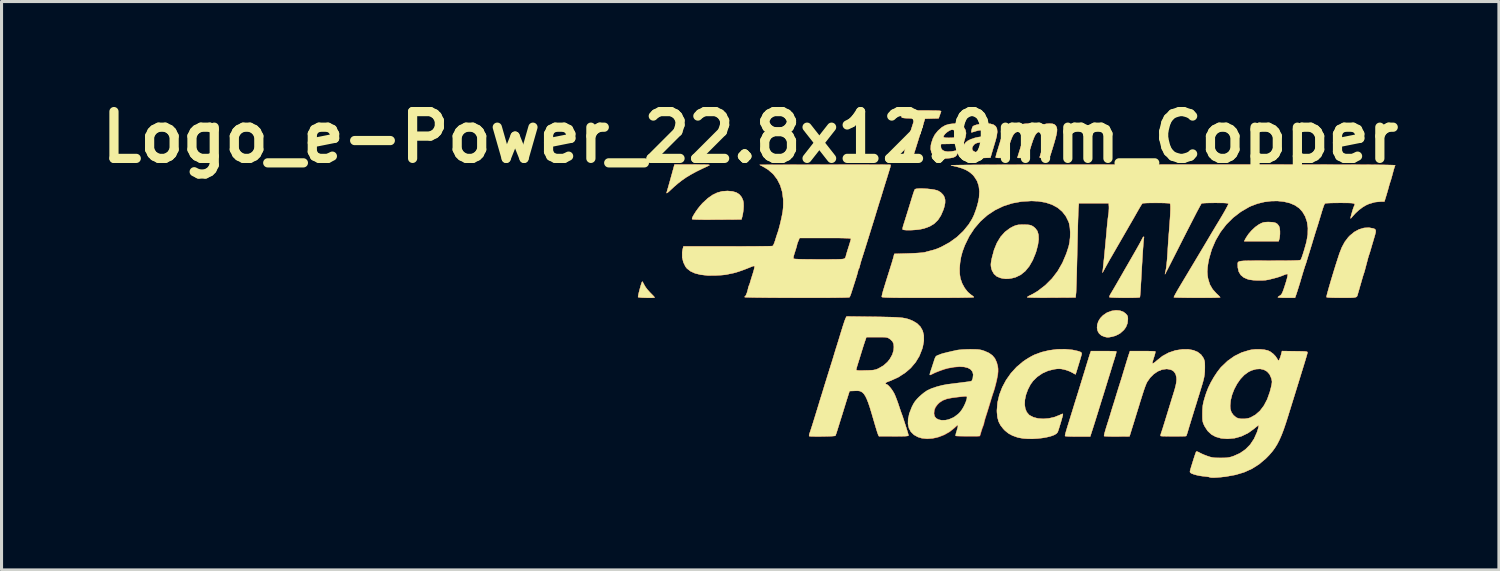
<source format=kicad_pcb>
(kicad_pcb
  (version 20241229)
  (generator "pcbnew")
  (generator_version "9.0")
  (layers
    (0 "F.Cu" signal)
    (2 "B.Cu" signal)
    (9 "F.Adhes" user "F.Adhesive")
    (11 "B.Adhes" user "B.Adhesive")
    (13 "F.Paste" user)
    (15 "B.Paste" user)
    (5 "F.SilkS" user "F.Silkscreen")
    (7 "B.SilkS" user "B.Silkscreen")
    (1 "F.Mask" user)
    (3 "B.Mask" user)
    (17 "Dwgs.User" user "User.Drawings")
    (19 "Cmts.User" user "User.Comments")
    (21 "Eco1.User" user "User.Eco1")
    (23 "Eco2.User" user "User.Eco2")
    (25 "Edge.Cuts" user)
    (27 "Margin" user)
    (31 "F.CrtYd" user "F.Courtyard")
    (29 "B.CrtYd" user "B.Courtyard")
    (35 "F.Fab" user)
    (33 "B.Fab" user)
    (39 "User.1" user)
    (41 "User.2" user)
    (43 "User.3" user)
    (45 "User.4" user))
  (footprint "Logo_e-Power_22.8x12.0mm_Copper"
    (layer "F.Cu")
    (at 30.016 6.498)
    (property "Reference" "Logo_e-Power_22.8x12.0mm_Copper" (at -8.636 -5.08 0) (layer "F.SilkS") (effects (font (size 1.524 1.524) (thickness 0.3))))
    (attr through_hole)
    (fp_poly (pts (xy 8.375 -2.312) (xy 8.463 -2.293) (xy 8.526 -2.256) (xy 8.572 -2.199) (xy 8.584 -2.178) (xy 8.603 -2.116) (xy 8.613 -2.026) (xy 8.613 -1.926) (xy 8.604 -1.829) (xy 8.593 -1.773) (xy 8.571 -1.693) (xy 7.448 -1.693) (xy 7.506 -1.801) (xy 7.587 -1.923) (xy 7.692 -2.045) (xy 7.808 -2.153) (xy 7.924 -2.236) (xy 7.941 -2.245) (xy 8.012 -2.282) (xy 8.07 -2.303) (xy 8.131 -2.314) (xy 8.211 -2.318) (xy 8.255 -2.318) (xy 8.375 -2.312)) (stroke (width 0.01) (type solid)) (fill yes) (layer "F.Cu"))
    (fp_poly (pts (xy -10.509 -4.19) (xy -10.336 -4.189) (xy -10.202 -4.188) (xy -10.101 -4.187) (xy -10.031 -4.185) (xy -9.988 -4.181) (xy -9.967 -4.176) (xy -9.964 -4.17) (xy -9.976 -4.162) (xy -9.991 -4.154) (xy -10.215 -4.049) (xy -10.407 -3.954) (xy -10.573 -3.863) (xy -10.721 -3.774) (xy -10.857 -3.679) (xy -10.989 -3.577) (xy -11.124 -3.46) (xy -11.258 -3.336) (xy -11.319 -3.282) (xy -11.353 -3.259) (xy -11.36 -3.269) (xy -11.36 -3.27) (xy -11.299 -3.482) (xy -11.243 -3.681) (xy -11.194 -3.858) (xy -11.159 -3.985) (xy -11.102 -4.191) (xy -10.509 -4.19)) (stroke (width 0.01) (type solid)) (fill yes) (layer "F.Cu"))
    (fp_poly (pts (xy -12.137 -0.362) (xy -12.111 -0.316) (xy -12.088 -0.27) (xy -12.045 -0.198) (xy -11.98 -0.113) (xy -11.903 -0.027) (xy -11.892 -0.016) (xy -11.83 0.047) (xy -11.781 0.098) (xy -11.753 0.131) (xy -11.748 0.138) (xy -11.767 0.144) (xy -11.819 0.148) (xy -11.894 0.149) (xy -11.983 0.149) (xy -12.075 0.146) (xy -12.161 0.143) (xy -12.231 0.137) (xy -12.276 0.131) (xy -12.288 0.127) (xy -12.287 0.1) (xy -12.277 0.044) (xy -12.259 -0.032) (xy -12.237 -0.118) (xy -12.213 -0.206) (xy -12.19 -0.284) (xy -12.17 -0.345) (xy -12.155 -0.377) (xy -12.152 -0.38) (xy -12.137 -0.362)) (stroke (width 0.01) (type solid)) (fill yes) (layer "F.Cu"))
    (fp_poly (pts (xy 3.404 0.568) (xy 3.518 0.611) (xy 3.592 0.667) (xy 3.637 0.719) (xy 3.657 0.771) (xy 3.662 0.837) (xy 3.646 0.981) (xy 3.597 1.104) (xy 3.531 1.196) (xy 3.405 1.308) (xy 3.256 1.385) (xy 3.138 1.417) (xy 3.064 1.43) (xy 3.015 1.436) (xy 2.974 1.433) (xy 2.925 1.423) (xy 2.905 1.419) (xy 2.799 1.376) (xy 2.723 1.309) (xy 2.676 1.224) (xy 2.657 1.127) (xy 2.665 1.022) (xy 2.701 0.915) (xy 2.764 0.812) (xy 2.853 0.72) (xy 2.967 0.642) (xy 2.991 0.629) (xy 3.133 0.577) (xy 3.273 0.557) (xy 3.404 0.568)) (stroke (width 0.01) (type solid)) (fill yes) (layer "F.Cu"))
    (fp_poly (pts (xy -9.377 -3.33) (xy -9.215 -3.316) (xy -9.086 -3.278) (xy -8.986 -3.213) (xy -8.912 -3.12) (xy -8.869 -3.018) (xy -8.855 -2.94) (xy -8.852 -2.835) (xy -8.859 -2.715) (xy -8.876 -2.593) (xy -8.894 -2.508) (xy -8.922 -2.402) (xy -9.719 -2.397) (xy -9.955 -2.396) (xy -10.151 -2.396) (xy -10.307 -2.398) (xy -10.422 -2.401) (xy -10.497 -2.406) (xy -10.529 -2.412) (xy -10.53 -2.413) (xy -10.528 -2.445) (xy -10.503 -2.502) (xy -10.459 -2.578) (xy -10.403 -2.665) (xy -10.337 -2.756) (xy -10.267 -2.845) (xy -10.197 -2.924) (xy -10.18 -2.941) (xy -10.019 -3.09) (xy -9.863 -3.2) (xy -9.708 -3.275) (xy -9.548 -3.318) (xy -9.377 -3.33) (xy -9.377 -3.33)) (stroke (width 0.01) (type solid)) (fill yes) (layer "F.Cu"))
    (fp_poly (pts (xy 0.379 -2.23) (xy 0.463 -2.221) (xy 0.527 -2.201) (xy 0.583 -2.168) (xy 0.642 -2.118) (xy 0.65 -2.111) (xy 0.714 -2.022) (xy 0.749 -1.903) (xy 0.755 -1.756) (xy 0.732 -1.582) (xy 0.681 -1.383) (xy 0.658 -1.311) (xy 0.562 -1.076) (xy 0.449 -0.879) (xy 0.32 -0.721) (xy 0.173 -0.602) (xy 0.01 -0.522) (xy -0.115 -0.489) (xy -0.228 -0.472) (xy -0.321 -0.47) (xy -0.416 -0.482) (xy -0.486 -0.497) (xy -0.606 -0.546) (xy -0.698 -0.627) (xy -0.762 -0.738) (xy -0.784 -0.812) (xy -0.796 -0.872) (xy -0.8 -0.926) (xy -0.796 -0.987) (xy -0.783 -1.066) (xy -0.765 -1.152) (xy -0.695 -1.414) (xy -0.601 -1.642) (xy -0.483 -1.836) (xy -0.343 -1.994) (xy -0.179 -2.117) (xy -0.089 -2.165) (xy -0.019 -2.197) (xy 0.04 -2.216) (xy 0.1 -2.227) (xy 0.178 -2.231) (xy 0.265 -2.232) (xy 0.379 -2.23)) (stroke (width 0.01) (type solid)) (fill yes) (layer "F.Cu"))
    (fp_poly (pts (xy -2.974 -3.406) (xy -2.859 -3.398) (xy -2.745 -3.386) (xy -2.641 -3.37) (xy -2.556 -3.349) (xy -2.529 -3.34) (xy -2.437 -3.286) (xy -2.358 -3.206) (xy -2.316 -3.135) (xy -2.291 -3.043) (xy -2.292 -2.937) (xy -2.318 -2.81) (xy -2.348 -2.716) (xy -2.428 -2.531) (xy -2.525 -2.382) (xy -2.645 -2.265) (xy -2.792 -2.176) (xy -2.97 -2.111) (xy -3.074 -2.087) (xy -3.159 -2.073) (xy -3.26 -2.063) (xy -3.366 -2.056) (xy -3.469 -2.054) (xy -3.56 -2.055) (xy -3.629 -2.061) (xy -3.668 -2.071) (xy -3.673 -2.075) (xy -3.675 -2.106) (xy -3.664 -2.162) (xy -3.654 -2.197) (xy -3.625 -2.29) (xy -3.586 -2.413) (xy -3.542 -2.555) (xy -3.495 -2.705) (xy -3.449 -2.854) (xy -3.407 -2.991) (xy -3.372 -3.105) (xy -3.354 -3.164) (xy -3.326 -3.251) (xy -3.301 -3.323) (xy -3.282 -3.37) (xy -3.275 -3.381) (xy -3.241 -3.397) (xy -3.173 -3.406) (xy -3.081 -3.409) (xy -2.974 -3.406)) (stroke (width 0.01) (type solid)) (fill yes) (layer "F.Cu"))
    (fp_poly (pts (xy -2.848 -5.948) (xy -2.708 -5.947) (xy -2.602 -5.946) (xy -2.525 -5.944) (xy -2.473 -5.94) (xy -2.441 -5.935) (xy -2.425 -5.928) (xy -2.421 -5.919) (xy -2.424 -5.911) (xy -2.44 -5.868) (xy -2.462 -5.806) (xy -2.47 -5.784) (xy -2.501 -5.695) (xy -2.723 -5.689) (xy -2.946 -5.683) (xy -3.019 -5.45) (xy -3.057 -5.331) (xy -3.097 -5.202) (xy -3.135 -5.083) (xy -3.152 -5.027) (xy -3.186 -4.918) (xy -3.226 -4.791) (xy -3.265 -4.666) (xy -3.28 -4.62) (xy -3.348 -4.403) (xy -3.505 -4.403) (xy -3.58 -4.405) (xy -3.636 -4.412) (xy -3.661 -4.421) (xy -3.662 -4.423) (xy -3.656 -4.458) (xy -3.638 -4.528) (xy -3.61 -4.628) (xy -3.574 -4.753) (xy -3.531 -4.897) (xy -3.482 -5.057) (xy -3.429 -5.225) (xy -3.375 -5.398) (xy -3.344 -5.494) (xy -3.316 -5.581) (xy -3.304 -5.638) (xy -3.314 -5.672) (xy -3.35 -5.689) (xy -3.418 -5.695) (xy -3.508 -5.698) (xy -3.61 -5.703) (xy -3.675 -5.711) (xy -3.707 -5.73) (xy -3.712 -5.765) (xy -3.695 -5.82) (xy -3.674 -5.874) (xy -3.643 -5.948) (xy -3.026 -5.948) (xy -2.848 -5.948)) (stroke (width 0.01) (type solid)) (fill yes) (layer "F.Cu"))
    (fp_poly (pts (xy 4.187 -1.832) (xy 4.182 -1.794) (xy 4.177 -1.756) (xy 4.169 -1.678) (xy 4.16 -1.558) (xy 4.149 -1.399) (xy 4.136 -1.2) (xy 4.122 -0.964) (xy 4.106 -0.69) (xy 4.089 -0.379) (xy 4.084 -0.298) (xy 4.077 -0.169) (xy 4.069 -0.056) (xy 4.062 0.037) (xy 4.056 0.101) (xy 4.051 0.13) (xy 4.051 0.131) (xy 4.027 0.137) (xy 3.968 0.141) (xy 3.881 0.145) (xy 3.774 0.147) (xy 3.654 0.148) (xy 3.529 0.148) (xy 3.404 0.147) (xy 3.289 0.144) (xy 3.189 0.141) (xy 3.113 0.137) (xy 3.068 0.131) (xy 3.059 0.128) (xy 3.062 0.099) (xy 3.083 0.05) (xy 3.097 0.027) (xy 3.122 -0.014) (xy 3.164 -0.086) (xy 3.22 -0.181) (xy 3.286 -0.294) (xy 3.358 -0.419) (xy 3.397 -0.487) (xy 3.47 -0.613) (xy 3.537 -0.731) (xy 3.596 -0.833) (xy 3.643 -0.914) (xy 3.674 -0.968) (xy 3.683 -0.984) (xy 3.794 -1.176) (xy 3.892 -1.347) (xy 3.975 -1.493) (xy 4.042 -1.613) (xy 4.09 -1.702) (xy 4.12 -1.76) (xy 4.126 -1.773) (xy 4.151 -1.819) (xy 4.174 -1.84) (xy 4.187 -1.832)) (stroke (width 0.01) (type solid)) (fill yes) (layer "F.Cu"))
    (fp_poly (pts (xy 11.652 -2.109) (xy 11.695 -2.092) (xy 11.721 -2.07) (xy 11.732 -2.036) (xy 11.728 -1.982) (xy 11.708 -1.901) (xy 11.676 -1.791) (xy 11.644 -1.683) (xy 11.609 -1.565) (xy 11.579 -1.462) (xy 11.579 -1.46) (xy 11.555 -1.379) (xy 11.533 -1.308) (xy 11.518 -1.263) (xy 11.516 -1.259) (xy 11.502 -1.217) (xy 11.482 -1.149) (xy 11.465 -1.085) (xy 11.439 -0.986) (xy 11.41 -0.877) (xy 11.395 -0.82) (xy 11.375 -0.744) (xy 11.356 -0.679) (xy 11.345 -0.646) (xy 11.331 -0.605) (xy 11.31 -0.538) (xy 11.287 -0.457) (xy 11.283 -0.445) (xy 11.253 -0.34) (xy 11.22 -0.226) (xy 11.195 -0.138) (xy 11.172 -0.058) (xy 11.152 0.01) (xy 11.14 0.052) (xy 11.14 0.053) (xy 11.131 0.083) (xy 11.118 0.106) (xy 11.096 0.123) (xy 11.06 0.134) (xy 11.004 0.142) (xy 10.924 0.146) (xy 10.813 0.148) (xy 10.667 0.148) (xy 10.614 0.148) (xy 10.444 0.147) (xy 10.308 0.144) (xy 10.209 0.14) (xy 10.148 0.133) (xy 10.128 0.126) (xy 10.131 0.102) (xy 10.145 0.042) (xy 10.169 -0.048) (xy 10.201 -0.163) (xy 10.24 -0.297) (xy 10.284 -0.447) (xy 10.332 -0.606) (xy 10.382 -0.77) (xy 10.433 -0.933) (xy 10.483 -1.09) (xy 10.531 -1.237) (xy 10.545 -1.281) (xy 10.627 -1.491) (xy 10.722 -1.668) (xy 10.836 -1.819) (xy 10.889 -1.874) (xy 11.032 -1.993) (xy 11.187 -2.077) (xy 11.347 -2.125) (xy 11.508 -2.135) (xy 11.652 -2.109)) (stroke (width 0.01) (type solid)) (fill yes) (layer "F.Cu"))
    (fp_poly (pts (xy 2.994 1.884) (xy 3.106 1.886) (xy 3.196 1.888) (xy 3.258 1.892) (xy 3.285 1.895) (xy 3.285 1.895) (xy 3.284 1.919) (xy 3.272 1.974) (xy 3.251 2.049) (xy 3.238 2.091) (xy 3.205 2.196) (xy 3.166 2.32) (xy 3.128 2.444) (xy 3.112 2.498) (xy 3.073 2.624) (xy 3.022 2.787) (xy 2.961 2.987) (xy 2.889 3.22) (xy 2.807 3.483) (xy 2.774 3.588) (xy 2.752 3.66) (xy 2.721 3.758) (xy 2.687 3.87) (xy 2.656 3.969) (xy 2.617 4.095) (xy 2.573 4.235) (xy 2.531 4.367) (xy 2.506 4.445) (xy 2.434 4.667) (xy 2.03 4.667) (xy 1.904 4.666) (xy 1.792 4.664) (xy 1.703 4.661) (xy 1.642 4.656) (xy 1.616 4.651) (xy 1.616 4.651) (xy 1.615 4.63) (xy 1.625 4.582) (xy 1.646 4.504) (xy 1.679 4.393) (xy 1.724 4.246) (xy 1.738 4.202) (xy 1.76 4.132) (xy 1.79 4.034) (xy 1.825 3.921) (xy 1.861 3.806) (xy 1.863 3.799) (xy 1.898 3.684) (xy 1.933 3.571) (xy 1.964 3.472) (xy 1.987 3.4) (xy 1.988 3.397) (xy 2.011 3.321) (xy 2.043 3.221) (xy 2.076 3.111) (xy 2.096 3.048) (xy 2.132 2.93) (xy 2.172 2.801) (xy 2.208 2.681) (xy 2.223 2.635) (xy 2.256 2.528) (xy 2.294 2.401) (xy 2.333 2.275) (xy 2.349 2.223) (xy 2.379 2.125) (xy 2.406 2.038) (xy 2.428 1.971) (xy 2.438 1.942) (xy 2.46 1.884) (xy 2.867 1.884) (xy 2.994 1.884)) (stroke (width 0.01) (type solid)) (fill yes) (layer "F.Cu"))
    (fp_poly (pts (xy -1.857 -5.52) (xy -1.812 -5.509) (xy -1.772 -5.488) (xy -1.757 -5.478) (xy -1.681 -5.406) (xy -1.628 -5.313) (xy -1.609 -5.216) (xy -1.609 -5.215) (xy -1.615 -5.16) (xy -1.631 -5.082) (xy -1.652 -5.009) (xy -1.695 -4.869) (xy -2.059 -4.864) (xy -2.424 -4.858) (xy -2.43 -4.798) (xy -2.422 -4.72) (xy -2.379 -4.661) (xy -2.304 -4.623) (xy -2.202 -4.608) (xy -2.076 -4.617) (xy -2.03 -4.625) (xy -1.955 -4.64) (xy -1.898 -4.648) (xy -1.87 -4.649) (xy -1.869 -4.648) (xy -1.869 -4.625) (xy -1.882 -4.576) (xy -1.89 -4.549) (xy -1.917 -4.492) (xy -1.959 -4.451) (xy -2.021 -4.422) (xy -2.11 -4.403) (xy -2.232 -4.392) (xy -2.286 -4.389) (xy -2.388 -4.386) (xy -2.461 -4.388) (xy -2.516 -4.398) (xy -2.566 -4.417) (xy -2.577 -4.422) (xy -2.671 -4.487) (xy -2.733 -4.577) (xy -2.76 -4.69) (xy -2.753 -4.823) (xy -2.741 -4.879) (xy -2.69 -5.034) (xy -2.658 -5.097) (xy -2.349 -5.097) (xy -2.333 -5.075) (xy -2.284 -5.063) (xy -2.198 -5.059) (xy -2.15 -5.059) (xy -2.067 -5.061) (xy -1.999 -5.066) (xy -1.959 -5.073) (xy -1.954 -5.075) (xy -1.926 -5.114) (xy -1.913 -5.173) (xy -1.918 -5.23) (xy -1.924 -5.244) (xy -1.959 -5.282) (xy -2.008 -5.312) (xy -2.054 -5.325) (xy -2.097 -5.319) (xy -2.154 -5.294) (xy -2.222 -5.25) (xy -2.284 -5.196) (xy -2.294 -5.185) (xy -2.334 -5.132) (xy -2.349 -5.097) (xy -2.658 -5.097) (xy -2.626 -5.16) (xy -2.539 -5.271) (xy -2.509 -5.302) (xy -2.394 -5.403) (xy -2.279 -5.469) (xy -2.151 -5.506) (xy -2.011 -5.521) (xy -1.919 -5.523) (xy -1.857 -5.52)) (stroke (width 0.01) (type solid)) (fill yes) (layer "F.Cu"))
    (fp_poly (pts (xy -0.813 -5.515) (xy -0.712 -5.486) (xy -0.642 -5.434) (xy -0.603 -5.357) (xy -0.593 -5.253) (xy -0.61 -5.12) (xy -0.648 -4.974) (xy -0.681 -4.864) (xy -0.719 -4.738) (xy -0.754 -4.62) (xy -0.759 -4.604) (xy -0.815 -4.413) (xy -0.97 -4.407) (xy -1.126 -4.401) (xy -1.111 -4.465) (xy -1.105 -4.51) (xy -1.108 -4.53) (xy -1.108 -4.53) (xy -1.13 -4.519) (xy -1.178 -4.493) (xy -1.228 -4.462) (xy -1.33 -4.414) (xy -1.439 -4.387) (xy -1.544 -4.384) (xy -1.631 -4.404) (xy -1.655 -4.417) (xy -1.719 -4.479) (xy -1.753 -4.56) (xy -1.757 -4.596) (xy -1.747 -4.65) (xy -1.732 -4.692) (xy -1.413 -4.692) (xy -1.384 -4.64) (xy -1.355 -4.62) (xy -1.316 -4.601) (xy -1.3 -4.593) (xy -1.28 -4.599) (xy -1.236 -4.614) (xy -1.226 -4.617) (xy -1.124 -4.671) (xy -1.043 -4.759) (xy -1.012 -4.813) (xy -0.987 -4.871) (xy -0.988 -4.907) (xy -1.017 -4.923) (xy -1.08 -4.923) (xy -1.157 -4.913) (xy -1.241 -4.897) (xy -1.298 -4.877) (xy -1.341 -4.846) (xy -1.361 -4.825) (xy -1.405 -4.756) (xy -1.413 -4.692) (xy -1.732 -4.692) (xy -1.72 -4.724) (xy -1.685 -4.804) (xy -1.646 -4.873) (xy -1.621 -4.908) (xy -1.551 -4.964) (xy -1.449 -5.014) (xy -1.327 -5.056) (xy -1.193 -5.086) (xy -1.06 -5.1) (xy -1.024 -5.101) (xy -0.948 -5.114) (xy -0.904 -5.15) (xy -0.895 -5.207) (xy -0.9 -5.229) (xy -0.937 -5.28) (xy -1.005 -5.309) (xy -1.099 -5.315) (xy -1.214 -5.299) (xy -1.305 -5.273) (xy -1.371 -5.252) (xy -1.418 -5.24) (xy -1.435 -5.238) (xy -1.437 -5.264) (xy -1.429 -5.313) (xy -1.414 -5.369) (xy -1.397 -5.416) (xy -1.389 -5.429) (xy -1.349 -5.457) (xy -1.276 -5.482) (xy -1.179 -5.503) (xy -1.068 -5.518) (xy -0.952 -5.524) (xy -0.946 -5.524) (xy -0.813 -5.515)) (stroke (width 0.01) (type solid)) (fill yes) (layer "F.Cu"))
    (fp_poly (pts (xy 1.864 1.847) (xy 2.024 1.882) (xy 2.101 1.906) (xy 2.143 1.93) (xy 2.157 1.962) (xy 2.15 2.01) (xy 2.145 2.026) (xy 2.126 2.091) (xy 2.101 2.176) (xy 2.072 2.273) (xy 2.041 2.374) (xy 2.012 2.469) (xy 1.987 2.551) (xy 1.968 2.61) (xy 1.958 2.64) (xy 1.957 2.642) (xy 1.938 2.635) (xy 1.894 2.611) (xy 1.847 2.584) (xy 1.77 2.545) (xy 1.674 2.509) (xy 1.587 2.484) (xy 1.498 2.466) (xy 1.424 2.46) (xy 1.347 2.464) (xy 1.261 2.475) (xy 1.063 2.524) (xy 0.878 2.607) (xy 0.712 2.72) (xy 0.572 2.857) (xy 0.488 2.973) (xy 0.402 3.141) (xy 0.341 3.309) (xy 0.307 3.471) (xy 0.3 3.622) (xy 0.319 3.757) (xy 0.366 3.871) (xy 0.44 3.959) (xy 0.46 3.975) (xy 0.586 4.04) (xy 0.736 4.079) (xy 0.905 4.091) (xy 1.082 4.077) (xy 1.262 4.037) (xy 1.435 3.97) (xy 1.466 3.955) (xy 1.516 3.932) (xy 1.539 3.928) (xy 1.545 3.944) (xy 1.545 3.95) (xy 1.539 3.981) (xy 1.523 4.043) (xy 1.5 4.126) (xy 1.472 4.222) (xy 1.442 4.319) (xy 1.414 4.41) (xy 1.389 4.484) (xy 1.375 4.524) (xy 1.335 4.572) (xy 1.259 4.616) (xy 1.154 4.655) (xy 1.026 4.687) (xy 0.881 4.713) (xy 0.725 4.73) (xy 0.565 4.74) (xy 0.408 4.739) (xy 0.258 4.729) (xy 0.124 4.707) (xy 0.062 4.692) (xy -0.096 4.635) (xy -0.225 4.566) (xy -0.337 4.476) (xy -0.394 4.417) (xy -0.486 4.3) (xy -0.549 4.177) (xy -0.586 4.038) (xy -0.602 3.874) (xy -0.603 3.81) (xy -0.583 3.56) (xy -0.524 3.309) (xy -0.429 3.062) (xy -0.302 2.825) (xy -0.146 2.604) (xy 0.037 2.404) (xy 0.243 2.23) (xy 0.325 2.173) (xy 0.417 2.115) (xy 0.512 2.06) (xy 0.594 2.017) (xy 0.617 2.006) (xy 0.849 1.92) (xy 1.1 1.86) (xy 1.359 1.827) (xy 1.617 1.823) (xy 1.864 1.847)) (stroke (width 0.01) (type solid)) (fill yes) (layer "F.Cu"))
    (fp_poly (pts (xy 1.196 -5.518) (xy 1.26 -5.501) (xy 1.304 -5.466) (xy 1.33 -5.425) (xy 1.347 -5.381) (xy 1.354 -5.327) (xy 1.35 -5.257) (xy 1.334 -5.167) (xy 1.306 -5.052) (xy 1.265 -4.906) (xy 1.218 -4.752) (xy 1.179 -4.626) (xy 1.15 -4.534) (xy 1.126 -4.471) (xy 1.104 -4.432) (xy 1.078 -4.411) (xy 1.045 -4.403) (xy 1 -4.402) (xy 0.941 -4.403) (xy 0.86 -4.403) (xy 0.813 -4.407) (xy 0.792 -4.416) (xy 0.79 -4.433) (xy 0.795 -4.45) (xy 0.848 -4.626) (xy 0.893 -4.772) (xy 0.935 -4.902) (xy 0.944 -4.927) (xy 0.979 -5.048) (xy 0.994 -5.139) (xy 0.987 -5.204) (xy 0.958 -5.249) (xy 0.941 -5.262) (xy 0.897 -5.284) (xy 0.852 -5.285) (xy 0.805 -5.273) (xy 0.754 -5.255) (xy 0.711 -5.229) (xy 0.673 -5.192) (xy 0.637 -5.139) (xy 0.602 -5.064) (xy 0.563 -4.962) (xy 0.519 -4.829) (xy 0.471 -4.678) (xy 0.39 -4.413) (xy 0.227 -4.407) (xy 0.15 -4.405) (xy 0.092 -4.406) (xy 0.065 -4.41) (xy 0.064 -4.411) (xy 0.07 -4.433) (xy 0.086 -4.489) (xy 0.112 -4.571) (xy 0.143 -4.67) (xy 0.16 -4.724) (xy 0.195 -4.839) (xy 0.227 -4.949) (xy 0.251 -5.043) (xy 0.266 -5.11) (xy 0.268 -5.125) (xy 0.273 -5.188) (xy 0.265 -5.224) (xy 0.239 -5.251) (xy 0.226 -5.26) (xy 0.152 -5.284) (xy 0.07 -5.27) (xy -0.015 -5.219) (xy -0.019 -5.216) (xy -0.05 -5.184) (xy -0.08 -5.141) (xy -0.11 -5.079) (xy -0.144 -4.995) (xy -0.184 -4.883) (xy -0.231 -4.736) (xy -0.249 -4.678) (xy -0.332 -4.413) (xy -0.482 -4.407) (xy -0.557 -4.406) (xy -0.614 -4.41) (xy -0.641 -4.417) (xy -0.642 -4.418) (xy -0.643 -4.427) (xy -0.641 -4.445) (xy -0.634 -4.478) (xy -0.62 -4.528) (xy -0.599 -4.6) (xy -0.569 -4.698) (xy -0.53 -4.826) (xy -0.48 -4.988) (xy -0.441 -5.112) (xy -0.41 -5.211) (xy -0.382 -5.304) (xy -0.359 -5.379) (xy -0.35 -5.408) (xy -0.325 -5.493) (xy -0.161 -5.499) (xy 0.002 -5.505) (xy -0.012 -5.428) (xy -0.019 -5.388) (xy -0.019 -5.368) (xy -0.004 -5.367) (xy 0.032 -5.387) (xy 0.094 -5.429) (xy 0.125 -5.45) (xy 0.187 -5.487) (xy 0.247 -5.508) (xy 0.325 -5.518) (xy 0.369 -5.521) (xy 0.452 -5.523) (xy 0.508 -5.518) (xy 0.548 -5.503) (xy 0.577 -5.483) (xy 0.616 -5.44) (xy 0.635 -5.399) (xy 0.635 -5.396) (xy 0.647 -5.362) (xy 0.682 -5.36) (xy 0.733 -5.392) (xy 0.743 -5.4) (xy 0.86 -5.476) (xy 1 -5.516) (xy 1.101 -5.523) (xy 1.196 -5.518)) (stroke (width 0.01) (type solid)) (fill yes) (layer "F.Cu"))
    (fp_poly (pts (xy 5.633 1.828) (xy 5.797 1.858) (xy 5.935 1.916) (xy 6.044 2.001) (xy 6.12 2.109) (xy 6.143 2.163) (xy 6.158 2.214) (xy 6.166 2.277) (xy 6.168 2.362) (xy 6.168 2.434) (xy 6.165 2.546) (xy 6.156 2.647) (xy 6.14 2.747) (xy 6.113 2.859) (xy 6.074 2.994) (xy 6.058 3.048) (xy 6.022 3.164) (xy 5.981 3.298) (xy 5.936 3.441) (xy 5.893 3.583) (xy 5.852 3.713) (xy 5.818 3.822) (xy 5.796 3.895) (xy 5.737 4.085) (xy 5.675 4.288) (xy 5.623 4.462) (xy 5.599 4.543) (xy 5.577 4.607) (xy 5.563 4.644) (xy 5.56 4.649) (xy 5.536 4.653) (xy 5.478 4.656) (xy 5.394 4.658) (xy 5.291 4.659) (xy 5.177 4.659) (xy 5.062 4.659) (xy 4.952 4.658) (xy 4.855 4.656) (xy 4.78 4.654) (xy 4.735 4.65) (xy 4.726 4.648) (xy 4.725 4.623) (xy 4.738 4.573) (xy 4.747 4.546) (xy 4.765 4.492) (xy 4.793 4.408) (xy 4.825 4.305) (xy 4.86 4.193) (xy 4.867 4.17) (xy 4.983 3.793) (xy 5.1 3.411) (xy 5.144 3.27) (xy 5.19 3.118) (xy 5.221 2.997) (xy 5.239 2.9) (xy 5.247 2.82) (xy 5.244 2.748) (xy 5.217 2.634) (xy 5.16 2.549) (xy 5.073 2.494) (xy 4.956 2.469) (xy 4.909 2.467) (xy 4.772 2.487) (xy 4.635 2.543) (xy 4.504 2.632) (xy 4.386 2.75) (xy 4.29 2.886) (xy 4.262 2.943) (xy 4.228 3.028) (xy 4.186 3.145) (xy 4.137 3.296) (xy 4.078 3.484) (xy 4.055 3.556) (xy 4.037 3.617) (xy 4.008 3.71) (xy 3.972 3.827) (xy 3.931 3.959) (xy 3.889 4.097) (xy 3.847 4.233) (xy 3.808 4.358) (xy 3.775 4.464) (xy 3.751 4.543) (xy 3.749 4.548) (xy 3.714 4.661) (xy 3.305 4.664) (xy 3.178 4.664) (xy 3.066 4.663) (xy 2.975 4.66) (xy 2.913 4.656) (xy 2.886 4.652) (xy 2.886 4.651) (xy 2.887 4.622) (xy 2.902 4.555) (xy 2.931 4.454) (xy 2.972 4.32) (xy 3.006 4.212) (xy 3.029 4.141) (xy 3.059 4.045) (xy 3.092 3.938) (xy 3.111 3.873) (xy 3.14 3.777) (xy 3.167 3.691) (xy 3.187 3.626) (xy 3.196 3.598) (xy 3.21 3.557) (xy 3.232 3.485) (xy 3.26 3.395) (xy 3.281 3.323) (xy 3.314 3.217) (xy 3.346 3.113) (xy 3.374 3.024) (xy 3.387 2.985) (xy 3.409 2.914) (xy 3.44 2.817) (xy 3.473 2.71) (xy 3.492 2.646) (xy 3.559 2.425) (xy 3.614 2.244) (xy 3.657 2.104) (xy 3.689 2.005) (xy 3.708 1.946) (xy 3.71 1.942) (xy 3.73 1.884) (xy 4.137 1.884) (xy 4.264 1.884) (xy 4.376 1.886) (xy 4.466 1.888) (xy 4.528 1.892) (xy 4.555 1.895) (xy 4.555 1.895) (xy 4.555 1.92) (xy 4.544 1.973) (xy 4.525 2.038) (xy 4.492 2.142) (xy 4.471 2.211) (xy 4.46 2.254) (xy 4.458 2.276) (xy 4.463 2.285) (xy 4.475 2.286) (xy 4.476 2.286) (xy 4.506 2.272) (xy 4.554 2.237) (xy 4.597 2.199) (xy 4.786 2.048) (xy 4.991 1.936) (xy 5.212 1.862) (xy 5.445 1.827) (xy 5.633 1.828)) (stroke (width 0.01) (type solid)) (fill yes) (layer "F.Cu"))
    (fp_poly (pts (xy -1.335 1.833) (xy -1.241 1.836) (xy -1.169 1.843) (xy -1.108 1.854) (xy -1.048 1.871) (xy -1.003 1.887) (xy -0.855 1.952) (xy -0.743 2.032) (xy -0.661 2.132) (xy -0.603 2.26) (xy -0.573 2.376) (xy -0.56 2.465) (xy -0.56 2.557) (xy -0.572 2.662) (xy -0.589 2.76) (xy -0.615 2.877) (xy -0.645 3) (xy -0.676 3.115) (xy -0.706 3.209) (xy -0.718 3.243) (xy -0.731 3.281) (xy -0.753 3.35) (xy -0.782 3.441) (xy -0.813 3.544) (xy -0.816 3.556) (xy -0.853 3.678) (xy -0.893 3.806) (xy -0.93 3.924) (xy -0.956 4.005) (xy -0.983 4.09) (xy -1.003 4.162) (xy -1.015 4.21) (xy -1.016 4.221) (xy -1.024 4.261) (xy -1.044 4.317) (xy -1.046 4.323) (xy -1.069 4.382) (xy -1.096 4.461) (xy -1.114 4.519) (xy -1.133 4.586) (xy -1.149 4.635) (xy -1.156 4.654) (xy -1.178 4.657) (xy -1.235 4.659) (xy -1.317 4.66) (xy -1.418 4.66) (xy -1.528 4.66) (xy -1.639 4.659) (xy -1.744 4.658) (xy -1.834 4.656) (xy -1.901 4.653) (xy -1.937 4.65) (xy -1.941 4.649) (xy -1.94 4.625) (xy -1.929 4.572) (xy -1.908 4.502) (xy -1.907 4.5) (xy -1.876 4.395) (xy -1.863 4.327) (xy -1.869 4.298) (xy -1.873 4.297) (xy -1.893 4.31) (xy -1.934 4.345) (xy -1.982 4.39) (xy -2.137 4.514) (xy -2.311 4.613) (xy -2.495 4.685) (xy -2.684 4.73) (xy -2.868 4.744) (xy -3.043 4.725) (xy -3.164 4.689) (xy -3.298 4.615) (xy -3.397 4.518) (xy -3.461 4.398) (xy -3.491 4.257) (xy -3.485 4.095) (xy -3.447 3.926) (xy -2.646 3.926) (xy -2.627 4.012) (xy -2.576 4.078) (xy -2.495 4.122) (xy -2.392 4.143) (xy -2.27 4.139) (xy -2.158 4.115) (xy -1.999 4.046) (xy -1.855 3.938) (xy -1.788 3.868) (xy -1.735 3.797) (xy -1.684 3.711) (xy -1.637 3.617) (xy -1.6 3.527) (xy -1.576 3.448) (xy -1.569 3.39) (xy -1.574 3.37) (xy -1.584 3.363) (xy -1.606 3.361) (xy -1.646 3.362) (xy -1.709 3.367) (xy -1.8 3.377) (xy -1.924 3.392) (xy -2.05 3.408) (xy -2.221 3.441) (xy -2.36 3.493) (xy -2.472 3.567) (xy -2.533 3.627) (xy -2.6 3.718) (xy -2.635 3.81) (xy -2.646 3.921) (xy -2.646 3.926) (xy -3.447 3.926) (xy -3.445 3.915) (xy -3.368 3.717) (xy -3.363 3.706) (xy -3.312 3.605) (xy -3.257 3.522) (xy -3.189 3.441) (xy -3.126 3.378) (xy -3.044 3.304) (xy -2.955 3.234) (xy -2.875 3.179) (xy -2.846 3.162) (xy -2.715 3.105) (xy -2.558 3.051) (xy -2.387 3.006) (xy -2.217 2.974) (xy -2.159 2.966) (xy -2.013 2.948) (xy -1.869 2.93) (xy -1.736 2.913) (xy -1.618 2.898) (xy -1.523 2.885) (xy -1.457 2.875) (xy -1.427 2.869) (xy -1.426 2.869) (xy -1.408 2.845) (xy -1.387 2.795) (xy -1.379 2.766) (xy -1.367 2.654) (xy -1.391 2.56) (xy -1.45 2.487) (xy -1.541 2.435) (xy -1.663 2.404) (xy -1.815 2.396) (xy -1.993 2.41) (xy -2.198 2.447) (xy -2.293 2.474) (xy -2.405 2.511) (xy -2.521 2.554) (xy -2.625 2.597) (xy -2.704 2.636) (xy -2.714 2.641) (xy -2.756 2.662) (xy -2.781 2.666) (xy -2.782 2.665) (xy -2.78 2.642) (xy -2.767 2.589) (xy -2.745 2.518) (xy -2.741 2.508) (xy -2.708 2.406) (xy -2.67 2.291) (xy -2.644 2.208) (xy -2.617 2.127) (xy -2.593 2.077) (xy -2.567 2.049) (xy -2.531 2.031) (xy -2.471 2.008) (xy -2.424 1.988) (xy -2.38 1.974) (xy -2.302 1.953) (xy -2.195 1.927) (xy -2.066 1.897) (xy -1.922 1.865) (xy -1.894 1.859) (xy -1.824 1.849) (xy -1.722 1.84) (xy -1.602 1.835) (xy -1.476 1.832) (xy -1.46 1.832) (xy -1.335 1.833)) (stroke (width 0.01) (type solid)) (fill yes) (layer "F.Cu"))
    (fp_poly (pts (xy 7.966 1.827) (xy 8.103 1.84) (xy 8.217 1.865) (xy 8.22 1.866) (xy 8.305 1.908) (xy 8.393 1.975) (xy 8.47 2.055) (xy 8.518 2.127) (xy 8.544 2.172) (xy 8.566 2.192) (xy 8.571 2.192) (xy 8.594 2.16) (xy 8.621 2.094) (xy 8.65 2.002) (xy 8.657 1.973) (xy 8.68 1.883) (xy 9.097 1.889) (xy 9.24 1.891) (xy 9.345 1.893) (xy 9.42 1.896) (xy 9.468 1.901) (xy 9.495 1.908) (xy 9.507 1.917) (xy 9.509 1.93) (xy 9.508 1.937) (xy 9.5 1.972) (xy 9.481 2.039) (xy 9.455 2.128) (xy 9.424 2.231) (xy 9.417 2.254) (xy 9.378 2.381) (xy 9.336 2.517) (xy 9.296 2.646) (xy 9.267 2.741) (xy 9.231 2.858) (xy 9.191 2.988) (xy 9.154 3.107) (xy 9.143 3.143) (xy 9.069 3.382) (xy 9.005 3.588) (xy 8.948 3.771) (xy 8.896 3.939) (xy 8.891 3.958) (xy 8.81 4.213) (xy 8.736 4.432) (xy 8.664 4.62) (xy 8.593 4.781) (xy 8.52 4.923) (xy 8.441 5.049) (xy 8.354 5.165) (xy 8.257 5.276) (xy 8.147 5.388) (xy 8.144 5.39) (xy 7.931 5.569) (xy 7.701 5.715) (xy 7.448 5.829) (xy 7.169 5.913) (xy 6.861 5.969) (xy 6.843 5.972) (xy 6.688 5.989) (xy 6.553 6) (xy 6.444 6.005) (xy 6.368 6.002) (xy 6.329 5.993) (xy 6.293 5.982) (xy 6.228 5.972) (xy 6.149 5.963) (xy 6.144 5.963) (xy 6.031 5.949) (xy 5.918 5.927) (xy 5.817 5.9) (xy 5.739 5.871) (xy 5.709 5.853) (xy 5.69 5.836) (xy 5.682 5.815) (xy 5.687 5.779) (xy 5.704 5.717) (xy 5.715 5.68) (xy 5.769 5.505) (xy 5.812 5.368) (xy 5.845 5.267) (xy 5.869 5.2) (xy 5.884 5.163) (xy 5.888 5.157) (xy 5.913 5.156) (xy 5.961 5.174) (xy 5.996 5.193) (xy 6.063 5.227) (xy 6.152 5.266) (xy 6.246 5.301) (xy 6.257 5.305) (xy 6.337 5.331) (xy 6.408 5.348) (xy 6.482 5.358) (xy 6.573 5.362) (xy 6.678 5.363) (xy 6.795 5.362) (xy 6.884 5.357) (xy 6.957 5.346) (xy 7.028 5.328) (xy 7.099 5.305) (xy 7.308 5.212) (xy 7.49 5.086) (xy 7.645 4.929) (xy 7.77 4.741) (xy 7.867 4.524) (xy 7.895 4.434) (xy 7.913 4.365) (xy 7.922 4.316) (xy 7.92 4.297) (xy 7.92 4.297) (xy 7.898 4.31) (xy 7.853 4.344) (xy 7.793 4.393) (xy 7.775 4.409) (xy 7.576 4.552) (xy 7.365 4.655) (xy 7.142 4.719) (xy 6.91 4.741) (xy 6.9 4.741) (xy 6.699 4.725) (xy 6.525 4.677) (xy 6.378 4.596) (xy 6.257 4.482) (xy 6.162 4.335) (xy 6.155 4.322) (xy 6.127 4.261) (xy 6.108 4.21) (xy 6.096 4.159) (xy 6.09 4.097) (xy 6.088 4.013) (xy 6.088 3.916) (xy 6.09 3.804) (xy 6.096 3.71) (xy 6.101 3.667) (xy 6.991 3.667) (xy 6.998 3.768) (xy 7.031 3.875) (xy 7.098 3.971) (xy 7.187 4.045) (xy 7.248 4.073) (xy 7.346 4.091) (xy 7.463 4.091) (xy 7.58 4.073) (xy 7.652 4.05) (xy 7.818 3.957) (xy 7.965 3.827) (xy 8.091 3.66) (xy 8.198 3.457) (xy 8.283 3.218) (xy 8.32 3.077) (xy 8.341 2.984) (xy 8.352 2.92) (xy 8.354 2.871) (xy 8.346 2.823) (xy 8.331 2.764) (xy 8.329 2.76) (xy 8.275 2.64) (xy 8.195 2.55) (xy 8.092 2.491) (xy 7.971 2.464) (xy 7.836 2.471) (xy 7.692 2.512) (xy 7.584 2.564) (xy 7.451 2.661) (xy 7.327 2.792) (xy 7.217 2.949) (xy 7.124 3.123) (xy 7.053 3.306) (xy 7.007 3.49) (xy 6.991 3.667) (xy 6.101 3.667) (xy 6.107 3.624) (xy 6.126 3.534) (xy 6.155 3.43) (xy 6.195 3.301) (xy 6.216 3.239) (xy 6.279 3.077) (xy 6.364 2.903) (xy 6.465 2.727) (xy 6.573 2.564) (xy 6.68 2.426) (xy 6.704 2.4) (xy 6.909 2.205) (xy 7.129 2.049) (xy 7.365 1.932) (xy 7.617 1.855) (xy 7.694 1.84) (xy 7.824 1.827) (xy 7.966 1.827)) (stroke (width 0.01) (type solid)) (fill yes) (layer "F.Cu"))
    (fp_poly (pts (xy -4.628 0.768) (xy -4.391 0.771) (xy -4.192 0.775) (xy -4.025 0.779) (xy -3.888 0.785) (xy -3.774 0.793) (xy -3.68 0.802) (xy -3.601 0.815) (xy -3.532 0.831) (xy -3.47 0.85) (xy -3.408 0.874) (xy -3.347 0.9) (xy -3.204 0.984) (xy -3.095 1.092) (xy -3.022 1.222) (xy -2.985 1.374) (xy -2.983 1.547) (xy -3.017 1.74) (xy -3.038 1.813) (xy -3.13 2.047) (xy -3.256 2.254) (xy -3.415 2.439) (xy -3.582 2.583) (xy -3.817 2.736) (xy -4.063 2.848) (xy -4.122 2.869) (xy -4.186 2.894) (xy -4.225 2.92) (xy -4.233 2.934) (xy -4.217 2.961) (xy -4.204 2.963) (xy -4.168 2.98) (xy -4.118 3.026) (xy -4.061 3.092) (xy -4.005 3.169) (xy -3.957 3.249) (xy -3.938 3.287) (xy -3.905 3.363) (xy -3.866 3.465) (xy -3.825 3.577) (xy -3.8 3.651) (xy -3.768 3.748) (xy -3.739 3.833) (xy -3.717 3.897) (xy -3.706 3.926) (xy -3.689 3.971) (xy -3.664 4.044) (xy -3.634 4.136) (xy -3.601 4.239) (xy -3.567 4.344) (xy -3.536 4.444) (xy -3.509 4.531) (xy -3.491 4.595) (xy -3.482 4.629) (xy -3.482 4.632) (xy -3.49 4.641) (xy -3.517 4.648) (xy -3.568 4.653) (xy -3.646 4.656) (xy -3.757 4.658) (xy -3.904 4.659) (xy -3.953 4.659) (xy -4.09 4.658) (xy -4.214 4.658) (xy -4.316 4.658) (xy -4.392 4.658) (xy -4.435 4.657) (xy -4.442 4.657) (xy -4.451 4.649) (xy -4.464 4.623) (xy -4.483 4.574) (xy -4.507 4.502) (xy -4.538 4.401) (xy -4.578 4.268) (xy -4.627 4.101) (xy -4.678 3.926) (xy -4.738 3.728) (xy -4.792 3.568) (xy -4.842 3.442) (xy -4.889 3.346) (xy -4.936 3.277) (xy -4.985 3.229) (xy -4.994 3.222) (xy -5.038 3.197) (xy -5.083 3.183) (xy -5.142 3.178) (xy -5.23 3.179) (xy -5.235 3.18) (xy -5.402 3.186) (xy -5.43 3.27) (xy -5.446 3.322) (xy -5.472 3.404) (xy -5.504 3.505) (xy -5.538 3.616) (xy -5.546 3.641) (xy -5.585 3.767) (xy -5.626 3.901) (xy -5.665 4.026) (xy -5.697 4.127) (xy -5.697 4.128) (xy -5.731 4.236) (xy -5.766 4.349) (xy -5.797 4.449) (xy -5.806 4.477) (xy -5.83 4.552) (xy -5.851 4.61) (xy -5.864 4.641) (xy -5.865 4.642) (xy -5.889 4.647) (xy -5.948 4.652) (xy -6.033 4.657) (xy -6.137 4.66) (xy -6.251 4.662) (xy -6.368 4.664) (xy -6.479 4.664) (xy -6.577 4.663) (xy -6.654 4.661) (xy -6.702 4.657) (xy -6.713 4.655) (xy -6.72 4.627) (xy -6.707 4.572) (xy -6.702 4.559) (xy -6.681 4.5) (xy -6.65 4.404) (xy -6.609 4.277) (xy -6.561 4.122) (xy -6.506 3.944) (xy -6.446 3.748) (xy -6.426 3.683) (xy -6.393 3.575) (xy -6.362 3.471) (xy -6.335 3.384) (xy -6.319 3.334) (xy -6.295 3.258) (xy -6.274 3.189) (xy -6.266 3.164) (xy -6.252 3.117) (xy -6.228 3.038) (xy -6.196 2.934) (xy -6.159 2.816) (xy -6.12 2.69) (xy -6.081 2.565) (xy -6.059 2.494) (xy -5.186 2.494) (xy -5.179 2.505) (xy -5.153 2.513) (xy -5.103 2.517) (xy -5.023 2.518) (xy -4.908 2.516) (xy -4.884 2.515) (xy -4.761 2.512) (xy -4.672 2.507) (xy -4.605 2.499) (xy -4.552 2.487) (xy -4.503 2.47) (xy -4.461 2.451) (xy -4.298 2.357) (xy -4.166 2.24) (xy -4.087 2.138) (xy -4.009 1.999) (xy -3.968 1.863) (xy -3.958 1.75) (xy -3.968 1.648) (xy -4.003 1.571) (xy -4.069 1.506) (xy -4.093 1.488) (xy -4.127 1.466) (xy -4.158 1.45) (xy -4.194 1.44) (xy -4.243 1.433) (xy -4.312 1.43) (xy -4.41 1.429) (xy -4.517 1.429) (xy -4.854 1.429) (xy -4.902 1.566) (xy -4.929 1.647) (xy -4.963 1.752) (xy -4.998 1.865) (xy -5.017 1.926) (xy -5.052 2.039) (xy -5.088 2.157) (xy -5.121 2.262) (xy -5.135 2.307) (xy -5.159 2.385) (xy -5.177 2.451) (xy -5.186 2.49) (xy -5.186 2.494) (xy -6.059 2.494) (xy -6.045 2.45) (xy -6.015 2.352) (xy -5.992 2.281) (xy -5.99 2.275) (xy -5.962 2.185) (xy -5.933 2.092) (xy -5.919 2.043) (xy -5.899 1.976) (xy -5.871 1.883) (xy -5.839 1.781) (xy -5.821 1.725) (xy -5.79 1.625) (xy -5.751 1.499) (xy -5.709 1.361) (xy -5.668 1.227) (xy -5.658 1.196) (xy -5.623 1.082) (xy -5.589 0.977) (xy -5.56 0.892) (xy -5.538 0.834) (xy -5.531 0.818) (xy -5.5 0.757) (xy -4.628 0.768)) (stroke (width 0.01) (type solid)) (fill yes) (layer "F.Cu"))
    (fp_poly (pts (xy -5.102 -4.187) (xy -4.871 -4.187) (xy -4.664 -4.186) (xy -4.482 -4.186) (xy -4.33 -4.185) (xy -4.21 -4.184) (xy -4.125 -4.183) (xy -4.077 -4.182) (xy -4.068 -4.181) (xy -4.065 -4.169) (xy -4.069 -4.143) (xy -4.08 -4.095) (xy -4.102 -4.021) (xy -4.135 -3.915) (xy -4.151 -3.863) (xy -4.182 -3.762) (xy -4.218 -3.647) (xy -4.255 -3.529) (xy -4.29 -3.416) (xy -4.319 -3.32) (xy -4.34 -3.252) (xy -4.344 -3.239) (xy -4.363 -3.175) (xy -4.388 -3.094) (xy -4.403 -3.048) (xy -4.424 -2.984) (xy -4.453 -2.89) (xy -4.487 -2.78) (xy -4.522 -2.664) (xy -4.528 -2.646) (xy -4.565 -2.523) (xy -4.597 -2.419) (xy -4.627 -2.322) (xy -4.659 -2.22) (xy -4.696 -2.1) (xy -4.739 -1.963) (xy -4.761 -1.892) (xy -4.792 -1.793) (xy -4.827 -1.679) (xy -4.864 -1.561) (xy -4.869 -1.545) (xy -4.906 -1.426) (xy -4.944 -1.306) (xy -4.978 -1.199) (xy -5.004 -1.118) (xy -5.006 -1.111) (xy -5.033 -1.025) (xy -5.056 -0.942) (xy -5.07 -0.883) (xy -5.084 -0.829) (xy -5.1 -0.795) (xy -5.104 -0.792) (xy -5.12 -0.764) (xy -5.122 -0.745) (xy -5.129 -0.712) (xy -5.146 -0.647) (xy -5.171 -0.56) (xy -5.202 -0.46) (xy -5.207 -0.444) (xy -5.244 -0.328) (xy -5.282 -0.21) (xy -5.315 -0.106) (xy -5.339 -0.032) (xy -5.364 0.043) (xy -5.388 0.101) (xy -5.406 0.131) (xy -5.407 0.132) (xy -5.433 0.135) (xy -5.496 0.138) (xy -5.594 0.141) (xy -5.722 0.143) (xy -5.877 0.144) (xy -6.054 0.146) (xy -6.25 0.147) (xy -6.462 0.148) (xy -6.684 0.148) (xy -6.913 0.148) (xy -7.146 0.148) (xy -7.378 0.147) (xy -7.606 0.147) (xy -7.825 0.145) (xy -8.033 0.144) (xy -8.224 0.142) (xy -8.395 0.14) (xy -8.542 0.138) (xy -8.662 0.135) (xy -8.75 0.133) (xy -8.802 0.13) (xy -8.816 0.127) (xy -8.816 0.107) (xy -8.809 0.106) (xy -8.788 0.087) (xy -8.763 0.038) (xy -8.737 -0.031) (xy -8.716 -0.107) (xy -8.709 -0.139) (xy -8.696 -0.198) (xy -8.682 -0.238) (xy -8.679 -0.243) (xy -8.665 -0.275) (xy -8.646 -0.331) (xy -8.637 -0.36) (xy -8.617 -0.43) (xy -8.598 -0.493) (xy -8.593 -0.508) (xy -8.549 -0.647) (xy -8.517 -0.757) (xy -8.499 -0.835) (xy -8.494 -0.877) (xy -8.496 -0.883) (xy -8.524 -0.886) (xy -8.568 -0.874) (xy -8.719 -0.813) (xy -8.864 -0.757) (xy -8.995 -0.711) (xy -9.104 -0.676) (xy -9.182 -0.656) (xy -9.27 -0.638) (xy -9.359 -0.619) (xy -9.398 -0.61) (xy -9.455 -0.601) (xy -9.544 -0.592) (xy -9.651 -0.585) (xy -9.767 -0.579) (xy -9.779 -0.578) (xy -10.031 -0.579) (xy -10.249 -0.603) (xy -10.432 -0.648) (xy -10.581 -0.716) (xy -10.695 -0.805) (xy -10.744 -0.866) (xy -10.814 -1.01) (xy -10.847 -1.151) (xy -7.232 -1.151) (xy -7.226 -1.129) (xy -7.217 -1.121) (xy -7.189 -1.116) (xy -7.123 -1.112) (xy -7.023 -1.108) (xy -6.895 -1.105) (xy -6.741 -1.103) (xy -6.567 -1.102) (xy -6.389 -1.101) (xy -6.181 -1.101) (xy -6.011 -1.102) (xy -5.876 -1.103) (xy -5.771 -1.105) (xy -5.693 -1.108) (xy -5.636 -1.112) (xy -5.598 -1.117) (xy -5.574 -1.124) (xy -5.559 -1.132) (xy -5.558 -1.134) (xy -5.531 -1.172) (xy -5.524 -1.195) (xy -5.518 -1.225) (xy -5.501 -1.286) (xy -5.476 -1.37) (xy -5.445 -1.469) (xy -5.44 -1.484) (xy -5.408 -1.585) (xy -5.382 -1.671) (xy -5.363 -1.736) (xy -5.355 -1.771) (xy -5.355 -1.773) (xy -5.364 -1.779) (xy -5.391 -1.785) (xy -5.44 -1.79) (xy -5.515 -1.793) (xy -5.619 -1.796) (xy -5.754 -1.798) (xy -5.924 -1.799) (xy -6.133 -1.799) (xy -6.192 -1.799) (xy -7.029 -1.799) (xy -7.07 -1.702) (xy -7.095 -1.641) (xy -7.11 -1.594) (xy -7.112 -1.58) (xy -7.118 -1.551) (xy -7.135 -1.491) (xy -7.16 -1.411) (xy -7.18 -1.348) (xy -7.21 -1.253) (xy -7.227 -1.19) (xy -7.232 -1.151) (xy -10.847 -1.151) (xy -10.851 -1.17) (xy -10.852 -1.335) (xy -10.835 -1.43) (xy -10.811 -1.524) (xy -9.376 -1.524) (xy -9.133 -1.524) (xy -8.901 -1.525) (xy -8.686 -1.526) (xy -8.489 -1.527) (xy -8.315 -1.528) (xy -8.167 -1.53) (xy -8.049 -1.532) (xy -7.965 -1.534) (xy -7.917 -1.536) (xy -7.907 -1.537) (xy -7.885 -1.564) (xy -7.857 -1.624) (xy -7.826 -1.712) (xy -7.82 -1.733) (xy -7.793 -1.821) (xy -7.768 -1.899) (xy -7.75 -1.954) (xy -7.745 -1.966) (xy -7.725 -2.026) (xy -7.699 -2.116) (xy -7.67 -2.227) (xy -7.641 -2.348) (xy -7.614 -2.469) (xy -7.592 -2.58) (xy -7.576 -2.669) (xy -7.576 -2.669) (xy -7.565 -2.78) (xy -7.56 -2.912) (xy -7.561 -3.04) (xy -7.562 -3.056) (xy -7.593 -3.295) (xy -7.658 -3.513) (xy -7.756 -3.707) (xy -7.885 -3.876) (xy -8.045 -4.017) (xy -8.176 -4.099) (xy -8.329 -4.18) (xy -6.204 -4.186) (xy -5.907 -4.186) (xy -5.623 -4.187) (xy -5.354 -4.187) (xy -5.102 -4.187)) (stroke (width 0.01) (type solid)) (fill yes) (layer "F.Cu"))
    (fp_poly (pts (xy 7.564 -4.189) (xy 8.089 -4.189) (xy 8.576 -4.189) (xy 9.029 -4.188) (xy 9.446 -4.188) (xy 9.83 -4.188) (xy 10.183 -4.187) (xy 10.504 -4.186) (xy 10.795 -4.186) (xy 11.057 -4.185) (xy 11.292 -4.184) (xy 11.5 -4.183) (xy 11.682 -4.181) (xy 11.84 -4.18) (xy 11.975 -4.179) (xy 12.088 -4.177) (xy 12.181 -4.175) (xy 12.253 -4.173) (xy 12.306 -4.171) (xy 12.342 -4.169) (xy 12.362 -4.167) (xy 12.366 -4.165) (xy 12.352 -4.134) (xy 12.332 -4.072) (xy 12.307 -3.989) (xy 12.29 -3.922) (xy 12.264 -3.826) (xy 12.24 -3.739) (xy 12.22 -3.673) (xy 12.211 -3.647) (xy 12.193 -3.592) (xy 12.17 -3.517) (xy 12.158 -3.471) (xy 12.137 -3.395) (xy 12.109 -3.297) (xy 12.079 -3.195) (xy 12.071 -3.17) (xy 12.014 -2.985) (xy 11.905 -2.985) (xy 11.704 -2.966) (xy 11.512 -2.91) (xy 11.419 -2.869) (xy 11.306 -2.802) (xy 11.186 -2.711) (xy 11.072 -2.607) (xy 10.978 -2.503) (xy 10.967 -2.489) (xy 10.935 -2.451) (xy 10.915 -2.436) (xy 10.913 -2.436) (xy 10.914 -2.459) (xy 10.926 -2.512) (xy 10.945 -2.583) (xy 10.968 -2.662) (xy 10.991 -2.738) (xy 11.013 -2.801) (xy 11.029 -2.838) (xy 11.044 -2.871) (xy 11.049 -2.895) (xy 11.038 -2.914) (xy 11.007 -2.926) (xy 10.953 -2.935) (xy 10.87 -2.939) (xy 10.754 -2.941) (xy 10.601 -2.942) (xy 10.568 -2.942) (xy 10.432 -2.941) (xy 10.31 -2.939) (xy 10.208 -2.936) (xy 10.132 -2.932) (xy 10.091 -2.928) (xy 10.085 -2.926) (xy 10.069 -2.91) (xy 10.053 -2.879) (xy 10.032 -2.827) (xy 10.006 -2.749) (xy 9.971 -2.639) (xy 9.948 -2.561) (xy 9.909 -2.432) (xy 9.879 -2.333) (xy 9.855 -2.254) (xy 9.834 -2.186) (xy 9.812 -2.119) (xy 9.798 -2.074) (xy 9.775 -2.003) (xy 9.745 -1.907) (xy 9.713 -1.8) (xy 9.693 -1.736) (xy 9.657 -1.615) (xy 9.616 -1.482) (xy 9.578 -1.358) (xy 9.564 -1.312) (xy 9.534 -1.217) (xy 9.507 -1.128) (xy 9.486 -1.06) (xy 9.48 -1.037) (xy 9.46 -0.974) (xy 9.442 -0.923) (xy 9.441 -0.921) (xy 9.428 -0.883) (xy 9.406 -0.816) (xy 9.379 -0.728) (xy 9.349 -0.632) (xy 9.321 -0.536) (xy 9.296 -0.452) (xy 9.291 -0.434) (xy 9.271 -0.365) (xy 9.243 -0.275) (xy 9.212 -0.176) (xy 9.181 -0.077) (xy 9.153 0.008) (xy 9.132 0.07) (xy 9.125 0.09) (xy 9.103 0.148) (xy 8.831 0.148) (xy 8.727 0.147) (xy 8.64 0.144) (xy 8.577 0.14) (xy 8.546 0.135) (xy 8.545 0.135) (xy 8.552 0.118) (xy 8.588 0.093) (xy 8.599 0.087) (xy 8.629 0.069) (xy 8.654 0.045) (xy 8.678 0.009) (xy 8.703 -0.046) (xy 8.732 -0.123) (xy 8.768 -0.231) (xy 8.812 -0.37) (xy 8.839 -0.464) (xy 8.858 -0.543) (xy 8.868 -0.599) (xy 8.867 -0.622) (xy 8.839 -0.625) (xy 8.784 -0.61) (xy 8.727 -0.587) (xy 8.634 -0.55) (xy 8.531 -0.516) (xy 8.477 -0.501) (xy 8.387 -0.478) (xy 8.293 -0.454) (xy 8.246 -0.442) (xy 8.145 -0.425) (xy 8.019 -0.417) (xy 7.881 -0.417) (xy 7.746 -0.425) (xy 7.629 -0.44) (xy 7.57 -0.454) (xy 7.436 -0.511) (xy 7.338 -0.593) (xy 7.273 -0.699) (xy 7.242 -0.831) (xy 7.239 -0.895) (xy 7.238 -0.933) (xy 7.237 -0.964) (xy 7.24 -0.99) (xy 7.25 -1.01) (xy 7.27 -1.026) (xy 7.305 -1.038) (xy 7.357 -1.047) (xy 7.43 -1.053) (xy 7.527 -1.056) (xy 7.653 -1.058) (xy 7.81 -1.059) (xy 8.002 -1.059) (xy 8.232 -1.058) (xy 8.265 -1.058) (xy 8.508 -1.059) (xy 8.712 -1.059) (xy 8.879 -1.061) (xy 9.013 -1.063) (xy 9.117 -1.066) (xy 9.193 -1.069) (xy 9.245 -1.074) (xy 9.276 -1.079) (xy 9.288 -1.085) (xy 9.305 -1.119) (xy 9.331 -1.186) (xy 9.362 -1.278) (xy 9.396 -1.386) (xy 9.43 -1.503) (xy 9.463 -1.621) (xy 9.481 -1.692) (xy 9.519 -1.913) (xy 9.524 -2.124) (xy 9.497 -2.32) (xy 9.437 -2.498) (xy 9.347 -2.652) (xy 9.24 -2.769) (xy 9.101 -2.865) (xy 8.933 -2.936) (xy 8.743 -2.982) (xy 8.536 -3.004) (xy 8.319 -3) (xy 8.098 -2.971) (xy 7.878 -2.917) (xy 7.667 -2.837) (xy 7.609 -2.81) (xy 7.336 -2.651) (xy 7.088 -2.46) (xy 6.867 -2.24) (xy 6.676 -1.992) (xy 6.517 -1.72) (xy 6.391 -1.427) (xy 6.301 -1.116) (xy 6.277 -0.995) (xy 6.254 -0.837) (xy 6.246 -0.702) (xy 6.254 -0.576) (xy 6.274 -0.462) (xy 6.33 -0.283) (xy 6.42 -0.128) (xy 6.545 0.01) (xy 6.603 0.064) (xy 6.646 0.107) (xy 6.667 0.132) (xy 6.668 0.134) (xy 6.647 0.138) (xy 6.591 0.141) (xy 6.503 0.144) (xy 6.391 0.146) (xy 6.259 0.147) (xy 6.114 0.148) (xy 5.961 0.148) (xy 5.807 0.148) (xy 5.656 0.147) (xy 5.515 0.145) (xy 5.39 0.143) (xy 5.286 0.141) (xy 5.21 0.138) (xy 5.166 0.135) (xy 5.158 0.132) (xy 5.165 0.11) (xy 5.192 0.058) (xy 5.235 -0.021) (xy 5.291 -0.119) (xy 5.358 -0.232) (xy 5.396 -0.296) (xy 5.489 -0.451) (xy 5.588 -0.616) (xy 5.69 -0.787) (xy 5.794 -0.96) (xy 5.896 -1.131) (xy 5.994 -1.295) (xy 6.085 -1.447) (xy 6.167 -1.584) (xy 6.237 -1.702) (xy 6.293 -1.796) (xy 6.331 -1.861) (xy 6.349 -1.891) (xy 6.37 -1.927) (xy 6.41 -1.994) (xy 6.465 -2.085) (xy 6.531 -2.196) (xy 6.606 -2.319) (xy 6.667 -2.421) (xy 6.742 -2.547) (xy 6.809 -2.663) (xy 6.864 -2.763) (xy 6.905 -2.841) (xy 6.929 -2.893) (xy 6.934 -2.913) (xy 6.923 -2.923) (xy 6.894 -2.931) (xy 6.844 -2.936) (xy 6.766 -2.94) (xy 6.656 -2.941) (xy 6.509 -2.942) (xy 6.504 -2.942) (xy 6.374 -2.941) (xy 6.258 -2.939) (xy 6.163 -2.936) (xy 6.096 -2.931) (xy 6.063 -2.927) (xy 6.062 -2.926) (xy 6.046 -2.904) (xy 6.014 -2.847) (xy 5.964 -2.755) (xy 5.896 -2.628) (xy 5.812 -2.464) (xy 5.709 -2.264) (xy 5.588 -2.028) (xy 5.449 -1.755) (xy 5.292 -1.444) (xy 5.156 -1.176) (xy 5.084 -1.034) (xy 5.019 -0.906) (xy 4.963 -0.796) (xy 4.918 -0.709) (xy 4.886 -0.649) (xy 4.87 -0.62) (xy 4.868 -0.619) (xy 4.873 -0.645) (xy 4.884 -0.7) (xy 4.899 -0.766) (xy 4.91 -0.831) (xy 4.922 -0.928) (xy 4.934 -1.048) (xy 4.945 -1.182) (xy 4.953 -1.302) (xy 4.962 -1.449) (xy 4.971 -1.6) (xy 4.981 -1.744) (xy 4.99 -1.867) (xy 4.996 -1.937) (xy 5.016 -2.187) (xy 5.031 -2.403) (xy 5.042 -2.583) (xy 5.047 -2.727) (xy 5.047 -2.833) (xy 5.042 -2.899) (xy 5.033 -2.924) (xy 5.004 -2.93) (xy 4.94 -2.934) (xy 4.851 -2.938) (xy 4.742 -2.94) (xy 4.623 -2.941) (xy 4.502 -2.941) (xy 4.386 -2.94) (xy 4.284 -2.938) (xy 4.203 -2.934) (xy 4.151 -2.93) (xy 4.136 -2.926) (xy 4.116 -2.902) (xy 4.082 -2.849) (xy 4.04 -2.778) (xy 4.018 -2.741) (xy 3.971 -2.658) (xy 3.91 -2.551) (xy 3.843 -2.433) (xy 3.776 -2.317) (xy 3.764 -2.297) (xy 3.701 -2.188) (xy 3.628 -2.061) (xy 3.547 -1.921) (xy 3.463 -1.775) (xy 3.378 -1.628) (xy 3.296 -1.486) (xy 3.22 -1.354) (xy 3.154 -1.24) (xy 3.101 -1.148) (xy 3.064 -1.085) (xy 3.055 -1.069) (xy 3.022 -1.009) (xy 2.977 -0.928) (xy 2.929 -0.841) (xy 2.921 -0.826) (xy 2.835 -0.667) (xy 2.847 -0.762) (xy 2.854 -0.83) (xy 2.865 -0.934) (xy 2.879 -1.065) (xy 2.894 -1.216) (xy 2.91 -1.381) (xy 2.926 -1.551) (xy 2.942 -1.721) (xy 2.957 -1.881) (xy 2.97 -2.026) (xy 2.973 -2.064) (xy 2.985 -2.195) (xy 2.998 -2.323) (xy 3.011 -2.436) (xy 3.022 -2.525) (xy 3.028 -2.561) (xy 3.04 -2.657) (xy 3.045 -2.757) (xy 3.045 -2.815) (xy 3.037 -2.932) (xy 2.064 -2.932) (xy 2.05 -2.752) (xy 2.048 -2.697) (xy 2.044 -2.605) (xy 2.04 -2.479) (xy 2.035 -2.324) (xy 2.03 -2.145) (xy 2.025 -1.947) (xy 2.02 -1.732) (xy 2.015 -1.507) (xy 2.011 -1.344) (xy 2.006 -1.116) (xy 2.001 -0.897) (xy 1.996 -0.692) (xy 1.99 -0.504) (xy 1.986 -0.339) (xy 1.981 -0.2) (xy 1.977 -0.092) (xy 1.974 -0.019) (xy 1.971 0.011) (xy 1.958 0.138) (xy 1.169 0.143) (xy 0.991 0.144) (xy 0.828 0.144) (xy 0.682 0.143) (xy 0.56 0.141) (xy 0.467 0.138) (xy 0.405 0.135) (xy 0.381 0.131) (xy 0.381 0.131) (xy 0.399 0.113) (xy 0.444 0.086) (xy 0.49 0.064) (xy 0.565 0.026) (xy 0.654 -0.025) (xy 0.732 -0.074) (xy 0.976 -0.262) (xy 1.19 -0.476) (xy 1.375 -0.718) (xy 1.531 -0.99) (xy 1.659 -1.293) (xy 1.735 -1.527) (xy 1.764 -1.667) (xy 1.78 -1.823) (xy 1.783 -1.983) (xy 1.773 -2.135) (xy 1.75 -2.265) (xy 1.734 -2.319) (xy 1.644 -2.503) (xy 1.524 -2.659) (xy 1.372 -2.787) (xy 1.191 -2.885) (xy 0.98 -2.955) (xy 0.74 -2.995) (xy 0.524 -3.005) (xy 0.199 -2.986) (xy -0.109 -2.929) (xy -0.399 -2.835) (xy -0.668 -2.705) (xy -0.915 -2.541) (xy -1.138 -2.343) (xy -1.336 -2.113) (xy -1.507 -1.853) (xy -1.649 -1.562) (xy -1.725 -1.358) (xy -1.772 -1.185) (xy -1.803 -1.001) (xy -1.819 -0.818) (xy -1.817 -0.648) (xy -1.797 -0.5) (xy -1.791 -0.473) (xy -1.733 -0.312) (xy -1.651 -0.164) (xy -1.551 -0.038) (xy -1.44 0.057) (xy -1.428 0.064) (xy -1.382 0.097) (xy -1.356 0.123) (xy -1.355 0.129) (xy -1.375 0.132) (xy -1.436 0.136) (xy -1.535 0.139) (xy -1.668 0.141) (xy -1.835 0.144) (xy -2.032 0.145) (xy -2.257 0.147) (xy -2.509 0.148) (xy -2.783 0.148) (xy -2.848 0.148) (xy -3.142 0.148) (xy -3.396 0.148) (xy -3.614 0.147) (xy -3.797 0.146) (xy -3.949 0.144) (xy -4.072 0.143) (xy -4.169 0.14) (xy -4.242 0.137) (xy -4.294 0.133) (xy -4.328 0.129) (xy -4.346 0.124) (xy -4.352 0.119) (xy -4.35 0.089) (xy -4.337 0.027) (xy -4.315 -0.057) (xy -4.287 -0.15) (xy -4.203 -0.423) (xy -4.122 -0.68) (xy -4.05 -0.91) (xy -4.033 -0.963) (xy -4.006 -1.053) (xy -3.982 -1.136) (xy -3.965 -1.198) (xy -3.963 -1.206) (xy -3.945 -1.281) (xy -3.491 -1.294) (xy -3.351 -1.3) (xy -3.22 -1.307) (xy -3.107 -1.314) (xy -3.018 -1.323) (xy -2.961 -1.331) (xy -2.953 -1.333) (xy -2.877 -1.354) (xy -2.802 -1.374) (xy -2.794 -1.376) (xy -2.686 -1.404) (xy -2.603 -1.429) (xy -2.526 -1.458) (xy -2.438 -1.497) (xy -2.405 -1.512) (xy -2.145 -1.654) (xy -1.908 -1.825) (xy -1.699 -2.022) (xy -1.522 -2.239) (xy -1.408 -2.424) (xy -1.35 -2.546) (xy -1.294 -2.695) (xy -1.243 -2.853) (xy -1.205 -3.005) (xy -1.186 -3.109) (xy -1.173 -3.313) (xy -1.194 -3.494) (xy -1.249 -3.654) (xy -1.341 -3.798) (xy -1.38 -3.844) (xy -1.477 -3.932) (xy -1.595 -4.006) (xy -1.739 -4.068) (xy -1.915 -4.121) (xy -2.095 -4.16) (xy -2.101 -4.162) (xy -2.092 -4.165) (xy -2.065 -4.167) (xy -2.021 -4.169) (xy -1.958 -4.171) (xy -1.875 -4.173) (xy -1.771 -4.174) (xy -1.645 -4.176) (xy -1.496 -4.177) (xy -1.322 -4.179) (xy -1.122 -4.18) (xy -0.896 -4.181) (xy -0.643 -4.182) (xy -0.36 -4.183) (xy -0.048 -4.184) (xy 0.296 -4.185) (xy 0.672 -4.185) (xy 1.081 -4.186) (xy 1.524 -4.186) (xy 2.003 -4.187) (xy 2.519 -4.187) (xy 3.072 -4.188) (xy 3.664 -4.188) (xy 4.296 -4.188) (xy 4.969 -4.189) (xy 5.077 -4.189) (xy 5.76 -4.189) (xy 6.401 -4.189) (xy 7.002 -4.189) (xy 7.564 -4.189)) (stroke (width 0.01) (type solid)) (fill yes) (layer "F.Cu"))
    (fp_poly (pts (xy 8.375 -2.312) (xy 8.463 -2.293) (xy 8.526 -2.256) (xy 8.572 -2.199) (xy 8.584 -2.178) (xy 8.603 -2.116) (xy 8.613 -2.026) (xy 8.613 -1.926) (xy 8.604 -1.829) (xy 8.593 -1.773) (xy 8.571 -1.693) (xy 7.448 -1.693) (xy 7.506 -1.801) (xy 7.587 -1.923) (xy 7.692 -2.045) (xy 7.808 -2.153) (xy 7.924 -2.236) (xy 7.941 -2.245) (xy 8.012 -2.282) (xy 8.07 -2.303) (xy 8.131 -2.314) (xy 8.211 -2.318) (xy 8.255 -2.318) (xy 8.375 -2.312)) (stroke (width 0.01) (type solid)) (fill yes) (layer "F.SilkS"))
    (fp_poly (pts (xy -10.509 -4.19) (xy -10.336 -4.189) (xy -10.202 -4.188) (xy -10.101 -4.187) (xy -10.031 -4.185) (xy -9.988 -4.181) (xy -9.967 -4.176) (xy -9.964 -4.17) (xy -9.976 -4.162) (xy -9.991 -4.154) (xy -10.215 -4.049) (xy -10.407 -3.954) (xy -10.573 -3.863) (xy -10.721 -3.774) (xy -10.857 -3.679) (xy -10.989 -3.577) (xy -11.124 -3.46) (xy -11.258 -3.336) (xy -11.319 -3.282) (xy -11.353 -3.259) (xy -11.36 -3.269) (xy -11.36 -3.27) (xy -11.299 -3.482) (xy -11.243 -3.681) (xy -11.194 -3.858) (xy -11.159 -3.985) (xy -11.102 -4.191) (xy -10.509 -4.19)) (stroke (width 0.01) (type solid)) (fill yes) (layer "F.SilkS"))
    (fp_poly (pts (xy -12.137 -0.362) (xy -12.111 -0.316) (xy -12.088 -0.27) (xy -12.045 -0.198) (xy -11.98 -0.113) (xy -11.903 -0.027) (xy -11.892 -0.016) (xy -11.83 0.047) (xy -11.781 0.098) (xy -11.753 0.131) (xy -11.748 0.138) (xy -11.767 0.144) (xy -11.819 0.148) (xy -11.894 0.149) (xy -11.983 0.149) (xy -12.075 0.146) (xy -12.161 0.143) (xy -12.231 0.137) (xy -12.276 0.131) (xy -12.288 0.127) (xy -12.287 0.1) (xy -12.277 0.044) (xy -12.259 -0.032) (xy -12.237 -0.118) (xy -12.213 -0.206) (xy -12.19 -0.284) (xy -12.17 -0.345) (xy -12.155 -0.377) (xy -12.152 -0.38) (xy -12.137 -0.362)) (stroke (width 0.01) (type solid)) (fill yes) (layer "F.SilkS"))
    (fp_poly (pts (xy 3.404 0.568) (xy 3.518 0.611) (xy 3.592 0.667) (xy 3.637 0.719) (xy 3.657 0.771) (xy 3.662 0.837) (xy 3.646 0.981) (xy 3.597 1.104) (xy 3.531 1.196) (xy 3.405 1.308) (xy 3.256 1.385) (xy 3.138 1.417) (xy 3.064 1.43) (xy 3.015 1.436) (xy 2.974 1.433) (xy 2.925 1.423) (xy 2.905 1.419) (xy 2.799 1.376) (xy 2.723 1.309) (xy 2.676 1.224) (xy 2.657 1.127) (xy 2.665 1.022) (xy 2.701 0.915) (xy 2.764 0.812) (xy 2.853 0.72) (xy 2.967 0.642) (xy 2.991 0.629) (xy 3.133 0.577) (xy 3.273 0.557) (xy 3.404 0.568)) (stroke (width 0.01) (type solid)) (fill yes) (layer "F.SilkS"))
    (fp_poly (pts (xy -9.377 -3.33) (xy -9.215 -3.316) (xy -9.086 -3.278) (xy -8.986 -3.213) (xy -8.912 -3.12) (xy -8.869 -3.018) (xy -8.855 -2.94) (xy -8.852 -2.835) (xy -8.859 -2.715) (xy -8.876 -2.593) (xy -8.894 -2.508) (xy -8.922 -2.402) (xy -9.719 -2.397) (xy -9.955 -2.396) (xy -10.151 -2.396) (xy -10.307 -2.398) (xy -10.422 -2.401) (xy -10.497 -2.406) (xy -10.529 -2.412) (xy -10.53 -2.413) (xy -10.528 -2.445) (xy -10.503 -2.502) (xy -10.459 -2.578) (xy -10.403 -2.665) (xy -10.337 -2.756) (xy -10.267 -2.845) (xy -10.197 -2.924) (xy -10.18 -2.941) (xy -10.019 -3.09) (xy -9.863 -3.2) (xy -9.708 -3.275) (xy -9.548 -3.318) (xy -9.377 -3.33) (xy -9.377 -3.33)) (stroke (width 0.01) (type solid)) (fill yes) (layer "F.SilkS"))
    (fp_poly (pts (xy 0.379 -2.23) (xy 0.463 -2.221) (xy 0.527 -2.201) (xy 0.583 -2.168) (xy 0.642 -2.118) (xy 0.65 -2.111) (xy 0.714 -2.022) (xy 0.749 -1.903) (xy 0.755 -1.756) (xy 0.732 -1.582) (xy 0.681 -1.383) (xy 0.658 -1.311) (xy 0.562 -1.076) (xy 0.449 -0.879) (xy 0.32 -0.721) (xy 0.173 -0.602) (xy 0.01 -0.522) (xy -0.115 -0.489) (xy -0.228 -0.472) (xy -0.321 -0.47) (xy -0.416 -0.482) (xy -0.486 -0.497) (xy -0.606 -0.546) (xy -0.698 -0.627) (xy -0.762 -0.738) (xy -0.784 -0.812) (xy -0.796 -0.872) (xy -0.8 -0.926) (xy -0.796 -0.987) (xy -0.783 -1.066) (xy -0.765 -1.152) (xy -0.695 -1.414) (xy -0.601 -1.642) (xy -0.483 -1.836) (xy -0.343 -1.994) (xy -0.179 -2.117) (xy -0.089 -2.165) (xy -0.019 -2.197) (xy 0.04 -2.216) (xy 0.1 -2.227) (xy 0.178 -2.231) (xy 0.265 -2.232) (xy 0.379 -2.23)) (stroke (width 0.01) (type solid)) (fill yes) (layer "F.SilkS"))
    (fp_poly (pts (xy -2.974 -3.406) (xy -2.859 -3.398) (xy -2.745 -3.386) (xy -2.641 -3.37) (xy -2.556 -3.349) (xy -2.529 -3.34) (xy -2.437 -3.286) (xy -2.358 -3.206) (xy -2.316 -3.135) (xy -2.291 -3.043) (xy -2.292 -2.937) (xy -2.318 -2.81) (xy -2.348 -2.716) (xy -2.428 -2.531) (xy -2.525 -2.382) (xy -2.645 -2.265) (xy -2.792 -2.176) (xy -2.97 -2.111) (xy -3.074 -2.087) (xy -3.159 -2.073) (xy -3.26 -2.063) (xy -3.366 -2.056) (xy -3.469 -2.054) (xy -3.56 -2.055) (xy -3.629 -2.061) (xy -3.668 -2.071) (xy -3.673 -2.075) (xy -3.675 -2.106) (xy -3.664 -2.162) (xy -3.654 -2.197) (xy -3.625 -2.29) (xy -3.586 -2.413) (xy -3.542 -2.555) (xy -3.495 -2.705) (xy -3.449 -2.854) (xy -3.407 -2.991) (xy -3.372 -3.105) (xy -3.354 -3.164) (xy -3.326 -3.251) (xy -3.301 -3.323) (xy -3.282 -3.37) (xy -3.275 -3.381) (xy -3.241 -3.397) (xy -3.173 -3.406) (xy -3.081 -3.409) (xy -2.974 -3.406)) (stroke (width 0.01) (type solid)) (fill yes) (layer "F.SilkS"))
    (fp_poly (pts (xy -2.848 -5.948) (xy -2.708 -5.947) (xy -2.602 -5.946) (xy -2.525 -5.944) (xy -2.473 -5.94) (xy -2.441 -5.935) (xy -2.425 -5.928) (xy -2.421 -5.919) (xy -2.424 -5.911) (xy -2.44 -5.868) (xy -2.462 -5.806) (xy -2.47 -5.784) (xy -2.501 -5.695) (xy -2.723 -5.689) (xy -2.946 -5.683) (xy -3.019 -5.45) (xy -3.057 -5.331) (xy -3.097 -5.202) (xy -3.135 -5.083) (xy -3.152 -5.027) (xy -3.186 -4.918) (xy -3.226 -4.791) (xy -3.265 -4.666) (xy -3.28 -4.62) (xy -3.348 -4.403) (xy -3.505 -4.403) (xy -3.58 -4.405) (xy -3.636 -4.412) (xy -3.661 -4.421) (xy -3.662 -4.423) (xy -3.656 -4.458) (xy -3.638 -4.528) (xy -3.61 -4.628) (xy -3.574 -4.753) (xy -3.531 -4.897) (xy -3.482 -5.057) (xy -3.429 -5.225) (xy -3.375 -5.398) (xy -3.344 -5.494) (xy -3.316 -5.581) (xy -3.304 -5.638) (xy -3.314 -5.672) (xy -3.35 -5.689) (xy -3.418 -5.695) (xy -3.508 -5.698) (xy -3.61 -5.703) (xy -3.675 -5.711) (xy -3.707 -5.73) (xy -3.712 -5.765) (xy -3.695 -5.82) (xy -3.674 -5.874) (xy -3.643 -5.948) (xy -3.026 -5.948) (xy -2.848 -5.948)) (stroke (width 0.01) (type solid)) (fill yes) (layer "F.SilkS"))
    (fp_poly (pts (xy 4.187 -1.832) (xy 4.182 -1.794) (xy 4.177 -1.756) (xy 4.169 -1.678) (xy 4.16 -1.558) (xy 4.149 -1.399) (xy 4.136 -1.2) (xy 4.122 -0.964) (xy 4.106 -0.69) (xy 4.089 -0.379) (xy 4.084 -0.298) (xy 4.077 -0.169) (xy 4.069 -0.056) (xy 4.062 0.037) (xy 4.056 0.101) (xy 4.051 0.13) (xy 4.051 0.131) (xy 4.027 0.137) (xy 3.968 0.141) (xy 3.881 0.145) (xy 3.774 0.147) (xy 3.654 0.148) (xy 3.529 0.148) (xy 3.404 0.147) (xy 3.289 0.144) (xy 3.189 0.141) (xy 3.113 0.137) (xy 3.068 0.131) (xy 3.059 0.128) (xy 3.062 0.099) (xy 3.083 0.05) (xy 3.097 0.027) (xy 3.122 -0.014) (xy 3.164 -0.086) (xy 3.22 -0.181) (xy 3.286 -0.294) (xy 3.358 -0.419) (xy 3.397 -0.487) (xy 3.47 -0.613) (xy 3.537 -0.731) (xy 3.596 -0.833) (xy 3.643 -0.914) (xy 3.674 -0.968) (xy 3.683 -0.984) (xy 3.794 -1.176) (xy 3.892 -1.347) (xy 3.975 -1.493) (xy 4.042 -1.613) (xy 4.09 -1.702) (xy 4.12 -1.76) (xy 4.126 -1.773) (xy 4.151 -1.819) (xy 4.174 -1.84) (xy 4.187 -1.832)) (stroke (width 0.01) (type solid)) (fill yes) (layer "F.SilkS"))
    (fp_poly (pts (xy 11.652 -2.109) (xy 11.695 -2.092) (xy 11.721 -2.07) (xy 11.732 -2.036) (xy 11.728 -1.982) (xy 11.708 -1.901) (xy 11.676 -1.791) (xy 11.644 -1.683) (xy 11.609 -1.565) (xy 11.579 -1.462) (xy 11.579 -1.46) (xy 11.555 -1.379) (xy 11.533 -1.308) (xy 11.518 -1.263) (xy 11.516 -1.259) (xy 11.502 -1.217) (xy 11.482 -1.149) (xy 11.465 -1.085) (xy 11.439 -0.986) (xy 11.41 -0.877) (xy 11.395 -0.82) (xy 11.375 -0.744) (xy 11.356 -0.679) (xy 11.345 -0.646) (xy 11.331 -0.605) (xy 11.31 -0.538) (xy 11.287 -0.457) (xy 11.283 -0.445) (xy 11.253 -0.34) (xy 11.22 -0.226) (xy 11.195 -0.138) (xy 11.172 -0.058) (xy 11.152 0.01) (xy 11.14 0.052) (xy 11.14 0.053) (xy 11.131 0.083) (xy 11.118 0.106) (xy 11.096 0.123) (xy 11.06 0.134) (xy 11.004 0.142) (xy 10.924 0.146) (xy 10.813 0.148) (xy 10.667 0.148) (xy 10.614 0.148) (xy 10.444 0.147) (xy 10.308 0.144) (xy 10.209 0.14) (xy 10.148 0.133) (xy 10.128 0.126) (xy 10.131 0.102) (xy 10.145 0.042) (xy 10.169 -0.048) (xy 10.201 -0.163) (xy 10.24 -0.297) (xy 10.284 -0.447) (xy 10.332 -0.606) (xy 10.382 -0.77) (xy 10.433 -0.933) (xy 10.483 -1.09) (xy 10.531 -1.237) (xy 10.545 -1.281) (xy 10.627 -1.491) (xy 10.722 -1.668) (xy 10.836 -1.819) (xy 10.889 -1.874) (xy 11.032 -1.993) (xy 11.187 -2.077) (xy 11.347 -2.125) (xy 11.508 -2.135) (xy 11.652 -2.109)) (stroke (width 0.01) (type solid)) (fill yes) (layer "F.SilkS"))
    (fp_poly (pts (xy 2.994 1.884) (xy 3.106 1.886) (xy 3.196 1.888) (xy 3.258 1.892) (xy 3.285 1.895) (xy 3.285 1.895) (xy 3.284 1.919) (xy 3.272 1.974) (xy 3.251 2.049) (xy 3.238 2.091) (xy 3.205 2.196) (xy 3.166 2.32) (xy 3.128 2.444) (xy 3.112 2.498) (xy 3.073 2.624) (xy 3.022 2.787) (xy 2.961 2.987) (xy 2.889 3.22) (xy 2.807 3.483) (xy 2.774 3.588) (xy 2.752 3.66) (xy 2.721 3.758) (xy 2.687 3.87) (xy 2.656 3.969) (xy 2.617 4.095) (xy 2.573 4.235) (xy 2.531 4.367) (xy 2.506 4.445) (xy 2.434 4.667) (xy 2.03 4.667) (xy 1.904 4.666) (xy 1.792 4.664) (xy 1.703 4.661) (xy 1.642 4.656) (xy 1.616 4.651) (xy 1.616 4.651) (xy 1.615 4.63) (xy 1.625 4.582) (xy 1.646 4.504) (xy 1.679 4.393) (xy 1.724 4.246) (xy 1.738 4.202) (xy 1.76 4.132) (xy 1.79 4.034) (xy 1.825 3.921) (xy 1.861 3.806) (xy 1.863 3.799) (xy 1.898 3.684) (xy 1.933 3.571) (xy 1.964 3.472) (xy 1.987 3.4) (xy 1.988 3.397) (xy 2.011 3.321) (xy 2.043 3.221) (xy 2.076 3.111) (xy 2.096 3.048) (xy 2.132 2.93) (xy 2.172 2.801) (xy 2.208 2.681) (xy 2.223 2.635) (xy 2.256 2.528) (xy 2.294 2.401) (xy 2.333 2.275) (xy 2.349 2.223) (xy 2.379 2.125) (xy 2.406 2.038) (xy 2.428 1.971) (xy 2.438 1.942) (xy 2.46 1.884) (xy 2.867 1.884) (xy 2.994 1.884)) (stroke (width 0.01) (type solid)) (fill yes) (layer "F.SilkS"))
    (fp_poly (pts (xy -1.857 -5.52) (xy -1.812 -5.509) (xy -1.772 -5.488) (xy -1.757 -5.478) (xy -1.681 -5.406) (xy -1.628 -5.313) (xy -1.609 -5.216) (xy -1.609 -5.215) (xy -1.615 -5.16) (xy -1.631 -5.082) (xy -1.652 -5.009) (xy -1.695 -4.869) (xy -2.059 -4.864) (xy -2.424 -4.858) (xy -2.43 -4.798) (xy -2.422 -4.72) (xy -2.379 -4.661) (xy -2.304 -4.623) (xy -2.202 -4.608) (xy -2.076 -4.617) (xy -2.03 -4.625) (xy -1.955 -4.64) (xy -1.898 -4.648) (xy -1.87 -4.649) (xy -1.869 -4.648) (xy -1.869 -4.625) (xy -1.882 -4.576) (xy -1.89 -4.549) (xy -1.917 -4.492) (xy -1.959 -4.451) (xy -2.021 -4.422) (xy -2.11 -4.403) (xy -2.232 -4.392) (xy -2.286 -4.389) (xy -2.388 -4.386) (xy -2.461 -4.388) (xy -2.516 -4.398) (xy -2.566 -4.417) (xy -2.577 -4.422) (xy -2.671 -4.487) (xy -2.733 -4.577) (xy -2.76 -4.69) (xy -2.753 -4.823) (xy -2.741 -4.879) (xy -2.69 -5.034) (xy -2.658 -5.097) (xy -2.349 -5.097) (xy -2.333 -5.075) (xy -2.284 -5.063) (xy -2.198 -5.059) (xy -2.15 -5.059) (xy -2.067 -5.061) (xy -1.999 -5.066) (xy -1.959 -5.073) (xy -1.954 -5.075) (xy -1.926 -5.114) (xy -1.913 -5.173) (xy -1.918 -5.23) (xy -1.924 -5.244) (xy -1.959 -5.282) (xy -2.008 -5.312) (xy -2.054 -5.325) (xy -2.097 -5.319) (xy -2.154 -5.294) (xy -2.222 -5.25) (xy -2.284 -5.196) (xy -2.294 -5.185) (xy -2.334 -5.132) (xy -2.349 -5.097) (xy -2.658 -5.097) (xy -2.626 -5.16) (xy -2.539 -5.271) (xy -2.509 -5.302) (xy -2.394 -5.403) (xy -2.279 -5.469) (xy -2.151 -5.506) (xy -2.011 -5.521) (xy -1.919 -5.523) (xy -1.857 -5.52)) (stroke (width 0.01) (type solid)) (fill yes) (layer "F.SilkS"))
    (fp_poly (pts (xy -0.813 -5.515) (xy -0.712 -5.486) (xy -0.642 -5.434) (xy -0.603 -5.357) (xy -0.593 -5.253) (xy -0.61 -5.12) (xy -0.648 -4.974) (xy -0.681 -4.864) (xy -0.719 -4.738) (xy -0.754 -4.62) (xy -0.759 -4.604) (xy -0.815 -4.413) (xy -0.97 -4.407) (xy -1.126 -4.401) (xy -1.111 -4.465) (xy -1.105 -4.51) (xy -1.108 -4.53) (xy -1.108 -4.53) (xy -1.13 -4.519) (xy -1.178 -4.493) (xy -1.228 -4.462) (xy -1.33 -4.414) (xy -1.439 -4.387) (xy -1.544 -4.384) (xy -1.631 -4.404) (xy -1.655 -4.417) (xy -1.719 -4.479) (xy -1.753 -4.56) (xy -1.757 -4.596) (xy -1.747 -4.65) (xy -1.732 -4.692) (xy -1.413 -4.692) (xy -1.384 -4.64) (xy -1.355 -4.62) (xy -1.316 -4.601) (xy -1.3 -4.593) (xy -1.28 -4.599) (xy -1.236 -4.614) (xy -1.226 -4.617) (xy -1.124 -4.671) (xy -1.043 -4.759) (xy -1.012 -4.813) (xy -0.987 -4.871) (xy -0.988 -4.907) (xy -1.017 -4.923) (xy -1.08 -4.923) (xy -1.157 -4.913) (xy -1.241 -4.897) (xy -1.298 -4.877) (xy -1.341 -4.846) (xy -1.361 -4.825) (xy -1.405 -4.756) (xy -1.413 -4.692) (xy -1.732 -4.692) (xy -1.72 -4.724) (xy -1.685 -4.804) (xy -1.646 -4.873) (xy -1.621 -4.908) (xy -1.551 -4.964) (xy -1.449 -5.014) (xy -1.327 -5.056) (xy -1.193 -5.086) (xy -1.06 -5.1) (xy -1.024 -5.101) (xy -0.948 -5.114) (xy -0.904 -5.15) (xy -0.895 -5.207) (xy -0.9 -5.229) (xy -0.937 -5.28) (xy -1.005 -5.309) (xy -1.099 -5.315) (xy -1.214 -5.299) (xy -1.305 -5.273) (xy -1.371 -5.252) (xy -1.418 -5.24) (xy -1.435 -5.238) (xy -1.437 -5.264) (xy -1.429 -5.313) (xy -1.414 -5.369) (xy -1.397 -5.416) (xy -1.389 -5.429) (xy -1.349 -5.457) (xy -1.276 -5.482) (xy -1.179 -5.503) (xy -1.068 -5.518) (xy -0.952 -5.524) (xy -0.946 -5.524) (xy -0.813 -5.515)) (stroke (width 0.01) (type solid)) (fill yes) (layer "F.SilkS"))
    (fp_poly (pts (xy 1.864 1.847) (xy 2.024 1.882) (xy 2.101 1.906) (xy 2.143 1.93) (xy 2.157 1.962) (xy 2.15 2.01) (xy 2.145 2.026) (xy 2.126 2.091) (xy 2.101 2.176) (xy 2.072 2.273) (xy 2.041 2.374) (xy 2.012 2.469) (xy 1.987 2.551) (xy 1.968 2.61) (xy 1.958 2.64) (xy 1.957 2.642) (xy 1.938 2.635) (xy 1.894 2.611) (xy 1.847 2.584) (xy 1.77 2.545) (xy 1.674 2.509) (xy 1.587 2.484) (xy 1.498 2.466) (xy 1.424 2.46) (xy 1.347 2.464) (xy 1.261 2.475) (xy 1.063 2.524) (xy 0.878 2.607) (xy 0.712 2.72) (xy 0.572 2.857) (xy 0.488 2.973) (xy 0.402 3.141) (xy 0.341 3.309) (xy 0.307 3.471) (xy 0.3 3.622) (xy 0.319 3.757) (xy 0.366 3.871) (xy 0.44 3.959) (xy 0.46 3.975) (xy 0.586 4.04) (xy 0.736 4.079) (xy 0.905 4.091) (xy 1.082 4.077) (xy 1.262 4.037) (xy 1.435 3.97) (xy 1.466 3.955) (xy 1.516 3.932) (xy 1.539 3.928) (xy 1.545 3.944) (xy 1.545 3.95) (xy 1.539 3.981) (xy 1.523 4.043) (xy 1.5 4.126) (xy 1.472 4.222) (xy 1.442 4.319) (xy 1.414 4.41) (xy 1.389 4.484) (xy 1.375 4.524) (xy 1.335 4.572) (xy 1.259 4.616) (xy 1.154 4.655) (xy 1.026 4.687) (xy 0.881 4.713) (xy 0.725 4.73) (xy 0.565 4.74) (xy 0.408 4.739) (xy 0.258 4.729) (xy 0.124 4.707) (xy 0.062 4.692) (xy -0.096 4.635) (xy -0.225 4.566) (xy -0.337 4.476) (xy -0.394 4.417) (xy -0.486 4.3) (xy -0.549 4.177) (xy -0.586 4.038) (xy -0.602 3.874) (xy -0.603 3.81) (xy -0.583 3.56) (xy -0.524 3.309) (xy -0.429 3.062) (xy -0.302 2.825) (xy -0.146 2.604) (xy 0.037 2.404) (xy 0.243 2.23) (xy 0.325 2.173) (xy 0.417 2.115) (xy 0.512 2.06) (xy 0.594 2.017) (xy 0.617 2.006) (xy 0.849 1.92) (xy 1.1 1.86) (xy 1.359 1.827) (xy 1.617 1.823) (xy 1.864 1.847)) (stroke (width 0.01) (type solid)) (fill yes) (layer "F.SilkS"))
    (fp_poly (pts (xy 1.196 -5.518) (xy 1.26 -5.501) (xy 1.304 -5.466) (xy 1.33 -5.425) (xy 1.347 -5.381) (xy 1.354 -5.327) (xy 1.35 -5.257) (xy 1.334 -5.167) (xy 1.306 -5.052) (xy 1.265 -4.906) (xy 1.218 -4.752) (xy 1.179 -4.626) (xy 1.15 -4.534) (xy 1.126 -4.471) (xy 1.104 -4.432) (xy 1.078 -4.411) (xy 1.045 -4.403) (xy 1 -4.402) (xy 0.941 -4.403) (xy 0.86 -4.403) (xy 0.813 -4.407) (xy 0.792 -4.416) (xy 0.79 -4.433) (xy 0.795 -4.45) (xy 0.848 -4.626) (xy 0.893 -4.772) (xy 0.935 -4.902) (xy 0.944 -4.927) (xy 0.979 -5.048) (xy 0.994 -5.139) (xy 0.987 -5.204) (xy 0.958 -5.249) (xy 0.941 -5.262) (xy 0.897 -5.284) (xy 0.852 -5.285) (xy 0.805 -5.273) (xy 0.754 -5.255) (xy 0.711 -5.229) (xy 0.673 -5.192) (xy 0.637 -5.139) (xy 0.602 -5.064) (xy 0.563 -4.962) (xy 0.519 -4.829) (xy 0.471 -4.678) (xy 0.39 -4.413) (xy 0.227 -4.407) (xy 0.15 -4.405) (xy 0.092 -4.406) (xy 0.065 -4.41) (xy 0.064 -4.411) (xy 0.07 -4.433) (xy 0.086 -4.489) (xy 0.112 -4.571) (xy 0.143 -4.67) (xy 0.16 -4.724) (xy 0.195 -4.839) (xy 0.227 -4.949) (xy 0.251 -5.043) (xy 0.266 -5.11) (xy 0.268 -5.125) (xy 0.273 -5.188) (xy 0.265 -5.224) (xy 0.239 -5.251) (xy 0.226 -5.26) (xy 0.152 -5.284) (xy 0.07 -5.27) (xy -0.015 -5.219) (xy -0.019 -5.216) (xy -0.05 -5.184) (xy -0.08 -5.141) (xy -0.11 -5.079) (xy -0.144 -4.995) (xy -0.184 -4.883) (xy -0.231 -4.736) (xy -0.249 -4.678) (xy -0.332 -4.413) (xy -0.482 -4.407) (xy -0.557 -4.406) (xy -0.614 -4.41) (xy -0.641 -4.417) (xy -0.642 -4.418) (xy -0.643 -4.427) (xy -0.641 -4.445) (xy -0.634 -4.478) (xy -0.62 -4.528) (xy -0.599 -4.6) (xy -0.569 -4.698) (xy -0.53 -4.826) (xy -0.48 -4.988) (xy -0.441 -5.112) (xy -0.41 -5.211) (xy -0.382 -5.304) (xy -0.359 -5.379) (xy -0.35 -5.408) (xy -0.325 -5.493) (xy -0.161 -5.499) (xy 0.002 -5.505) (xy -0.012 -5.428) (xy -0.019 -5.388) (xy -0.019 -5.368) (xy -0.004 -5.367) (xy 0.032 -5.387) (xy 0.094 -5.429) (xy 0.125 -5.45) (xy 0.187 -5.487) (xy 0.247 -5.508) (xy 0.325 -5.518) (xy 0.369 -5.521) (xy 0.452 -5.523) (xy 0.508 -5.518) (xy 0.548 -5.503) (xy 0.577 -5.483) (xy 0.616 -5.44) (xy 0.635 -5.399) (xy 0.635 -5.396) (xy 0.647 -5.362) (xy 0.682 -5.36) (xy 0.733 -5.392) (xy 0.743 -5.4) (xy 0.86 -5.476) (xy 1 -5.516) (xy 1.101 -5.523) (xy 1.196 -5.518)) (stroke (width 0.01) (type solid)) (fill yes) (layer "F.SilkS"))
    (fp_poly (pts (xy 5.633 1.828) (xy 5.797 1.858) (xy 5.935 1.916) (xy 6.044 2.001) (xy 6.12 2.109) (xy 6.143 2.163) (xy 6.158 2.214) (xy 6.166 2.277) (xy 6.168 2.362) (xy 6.168 2.434) (xy 6.165 2.546) (xy 6.156 2.647) (xy 6.14 2.747) (xy 6.113 2.859) (xy 6.074 2.994) (xy 6.058 3.048) (xy 6.022 3.164) (xy 5.981 3.298) (xy 5.936 3.441) (xy 5.893 3.583) (xy 5.852 3.713) (xy 5.818 3.822) (xy 5.796 3.895) (xy 5.737 4.085) (xy 5.675 4.288) (xy 5.623 4.462) (xy 5.599 4.543) (xy 5.577 4.607) (xy 5.563 4.644) (xy 5.56 4.649) (xy 5.536 4.653) (xy 5.478 4.656) (xy 5.394 4.658) (xy 5.291 4.659) (xy 5.177 4.659) (xy 5.062 4.659) (xy 4.952 4.658) (xy 4.855 4.656) (xy 4.78 4.654) (xy 4.735 4.65) (xy 4.726 4.648) (xy 4.725 4.623) (xy 4.738 4.573) (xy 4.747 4.546) (xy 4.765 4.492) (xy 4.793 4.408) (xy 4.825 4.305) (xy 4.86 4.193) (xy 4.867 4.17) (xy 4.983 3.793) (xy 5.1 3.411) (xy 5.144 3.27) (xy 5.19 3.118) (xy 5.221 2.997) (xy 5.239 2.9) (xy 5.247 2.82) (xy 5.244 2.748) (xy 5.217 2.634) (xy 5.16 2.549) (xy 5.073 2.494) (xy 4.956 2.469) (xy 4.909 2.467) (xy 4.772 2.487) (xy 4.635 2.543) (xy 4.504 2.632) (xy 4.386 2.75) (xy 4.29 2.886) (xy 4.262 2.943) (xy 4.228 3.028) (xy 4.186 3.145) (xy 4.137 3.296) (xy 4.078 3.484) (xy 4.055 3.556) (xy 4.037 3.617) (xy 4.008 3.71) (xy 3.972 3.827) (xy 3.931 3.959) (xy 3.889 4.097) (xy 3.847 4.233) (xy 3.808 4.358) (xy 3.775 4.464) (xy 3.751 4.543) (xy 3.749 4.548) (xy 3.714 4.661) (xy 3.305 4.664) (xy 3.178 4.664) (xy 3.066 4.663) (xy 2.975 4.66) (xy 2.913 4.656) (xy 2.886 4.652) (xy 2.886 4.651) (xy 2.887 4.622) (xy 2.902 4.555) (xy 2.931 4.454) (xy 2.972 4.32) (xy 3.006 4.212) (xy 3.029 4.141) (xy 3.059 4.045) (xy 3.092 3.938) (xy 3.111 3.873) (xy 3.14 3.777) (xy 3.167 3.691) (xy 3.187 3.626) (xy 3.196 3.598) (xy 3.21 3.557) (xy 3.232 3.485) (xy 3.26 3.395) (xy 3.281 3.323) (xy 3.314 3.217) (xy 3.346 3.113) (xy 3.374 3.024) (xy 3.387 2.985) (xy 3.409 2.914) (xy 3.44 2.817) (xy 3.473 2.71) (xy 3.492 2.646) (xy 3.559 2.425) (xy 3.614 2.244) (xy 3.657 2.104) (xy 3.689 2.005) (xy 3.708 1.946) (xy 3.71 1.942) (xy 3.73 1.884) (xy 4.137 1.884) (xy 4.264 1.884) (xy 4.376 1.886) (xy 4.466 1.888) (xy 4.528 1.892) (xy 4.555 1.895) (xy 4.555 1.895) (xy 4.555 1.92) (xy 4.544 1.973) (xy 4.525 2.038) (xy 4.492 2.142) (xy 4.471 2.211) (xy 4.46 2.254) (xy 4.458 2.276) (xy 4.463 2.285) (xy 4.475 2.286) (xy 4.476 2.286) (xy 4.506 2.272) (xy 4.554 2.237) (xy 4.597 2.199) (xy 4.786 2.048) (xy 4.991 1.936) (xy 5.212 1.862) (xy 5.445 1.827) (xy 5.633 1.828)) (stroke (width 0.01) (type solid)) (fill yes) (layer "F.SilkS"))
    (fp_poly (pts (xy -1.344 1.827) (xy -1.25 1.83) (xy -1.178 1.837) (xy -1.118 1.848) (xy -1.058 1.865) (xy -1.012 1.881) (xy -0.864 1.946) (xy -0.752 2.026) (xy -0.67 2.126) (xy -0.612 2.254) (xy -0.582 2.37) (xy -0.569 2.459) (xy -0.569 2.551) (xy -0.581 2.655) (xy -0.599 2.754) (xy -0.624 2.871) (xy -0.655 2.994) (xy -0.686 3.109) (xy -0.715 3.203) (xy -0.727 3.237) (xy -0.741 3.275) (xy -0.763 3.344) (xy -0.791 3.435) (xy -0.822 3.538) (xy -0.826 3.55) (xy -0.863 3.672) (xy -0.902 3.8) (xy -0.939 3.918) (xy -0.965 3.998) (xy -0.992 4.084) (xy -1.013 4.156) (xy -1.024 4.204) (xy -1.025 4.215) (xy -1.034 4.255) (xy -1.054 4.311) (xy -1.056 4.316) (xy -1.079 4.376) (xy -1.106 4.455) (xy -1.123 4.513) (xy -1.143 4.58) (xy -1.158 4.629) (xy -1.165 4.647) (xy -1.188 4.65) (xy -1.244 4.653) (xy -1.327 4.654) (xy -1.427 4.654) (xy -1.537 4.654) (xy -1.649 4.653) (xy -1.754 4.652) (xy -1.844 4.65) (xy -1.911 4.647) (xy -1.947 4.644) (xy -1.951 4.643) (xy -1.95 4.619) (xy -1.938 4.566) (xy -1.917 4.496) (xy -1.917 4.494) (xy -1.886 4.389) (xy -1.873 4.321) (xy -1.878 4.292) (xy -1.883 4.291) (xy -1.903 4.304) (xy -1.943 4.339) (xy -1.992 4.384) (xy -2.147 4.508) (xy -2.32 4.607) (xy -2.505 4.679) (xy -2.693 4.723) (xy -2.878 4.737) (xy -3.052 4.719) (xy -3.174 4.683) (xy -3.307 4.609) (xy -3.406 4.512) (xy -3.471 4.392) (xy -3.5 4.251) (xy -3.495 4.089) (xy -3.457 3.92) (xy -2.655 3.92) (xy -2.637 4.006) (xy -2.585 4.072) (xy -2.505 4.116) (xy -2.401 4.137) (xy -2.279 4.133) (xy -2.168 4.109) (xy -2.009 4.04) (xy -1.865 3.932) (xy -1.798 3.862) (xy -1.745 3.791) (xy -1.693 3.705) (xy -1.647 3.611) (xy -1.61 3.521) (xy -1.586 3.442) (xy -1.579 3.384) (xy -1.584 3.363) (xy -1.593 3.357) (xy -1.616 3.355) (xy -1.656 3.356) (xy -1.719 3.361) (xy -1.81 3.371) (xy -1.934 3.386) (xy -2.059 3.402) (xy -2.231 3.435) (xy -2.369 3.487) (xy -2.481 3.561) (xy -2.542 3.621) (xy -2.609 3.712) (xy -2.645 3.803) (xy -2.655 3.915) (xy -2.655 3.92) (xy -3.457 3.92) (xy -3.454 3.909) (xy -3.378 3.711) (xy -3.373 3.7) (xy -3.321 3.599) (xy -3.267 3.516) (xy -3.198 3.435) (xy -3.136 3.372) (xy -3.053 3.298) (xy -2.965 3.228) (xy -2.884 3.173) (xy -2.855 3.156) (xy -2.725 3.098) (xy -2.567 3.045) (xy -2.396 3) (xy -2.227 2.967) (xy -2.168 2.96) (xy -2.022 2.942) (xy -1.879 2.924) (xy -1.745 2.907) (xy -1.628 2.892) (xy -1.533 2.879) (xy -1.467 2.869) (xy -1.436 2.863) (xy -1.436 2.863) (xy -1.417 2.839) (xy -1.397 2.789) (xy -1.389 2.76) (xy -1.376 2.648) (xy -1.401 2.554) (xy -1.459 2.481) (xy -1.55 2.429) (xy -1.673 2.398) (xy -1.824 2.389) (xy -2.003 2.404) (xy -2.207 2.441) (xy -2.303 2.467) (xy -2.415 2.505) (xy -2.53 2.548) (xy -2.635 2.591) (xy -2.714 2.63) (xy -2.723 2.635) (xy -2.766 2.656) (xy -2.79 2.66) (xy -2.791 2.659) (xy -2.79 2.636) (xy -2.777 2.583) (xy -2.755 2.512) (xy -2.751 2.502) (xy -2.717 2.4) (xy -2.68 2.285) (xy -2.653 2.202) (xy -2.626 2.121) (xy -2.603 2.071) (xy -2.576 2.043) (xy -2.541 2.025) (xy -2.481 2.002) (xy -2.433 1.982) (xy -2.39 1.968) (xy -2.311 1.947) (xy -2.205 1.921) (xy -2.076 1.891) (xy -1.932 1.859) (xy -1.904 1.853) (xy -1.833 1.843) (xy -1.732 1.834) (xy -1.612 1.829) (xy -1.485 1.826) (xy -1.47 1.826) (xy -1.344 1.827)) (stroke (width 0.01) (type solid)) (fill yes) (layer "F.SilkS"))
    (fp_poly (pts (xy 7.966 1.827) (xy 8.103 1.84) (xy 8.217 1.865) (xy 8.22 1.866) (xy 8.305 1.908) (xy 8.393 1.975) (xy 8.47 2.055) (xy 8.518 2.127) (xy 8.544 2.172) (xy 8.566 2.192) (xy 8.571 2.192) (xy 8.594 2.16) (xy 8.621 2.094) (xy 8.65 2.002) (xy 8.657 1.973) (xy 8.68 1.883) (xy 9.097 1.889) (xy 9.24 1.891) (xy 9.345 1.893) (xy 9.42 1.896) (xy 9.468 1.901) (xy 9.495 1.908) (xy 9.507 1.917) (xy 9.509 1.93) (xy 9.508 1.937) (xy 9.5 1.972) (xy 9.481 2.039) (xy 9.455 2.128) (xy 9.424 2.231) (xy 9.417 2.254) (xy 9.378 2.381) (xy 9.336 2.517) (xy 9.296 2.646) (xy 9.267 2.741) (xy 9.231 2.858) (xy 9.191 2.988) (xy 9.154 3.107) (xy 9.143 3.143) (xy 9.069 3.382) (xy 9.005 3.588) (xy 8.948 3.771) (xy 8.896 3.939) (xy 8.891 3.958) (xy 8.81 4.213) (xy 8.736 4.432) (xy 8.664 4.62) (xy 8.593 4.781) (xy 8.52 4.923) (xy 8.441 5.049) (xy 8.354 5.165) (xy 8.257 5.276) (xy 8.147 5.388) (xy 8.144 5.39) (xy 7.931 5.569) (xy 7.701 5.715) (xy 7.448 5.829) (xy 7.169 5.913) (xy 6.861 5.969) (xy 6.843 5.972) (xy 6.688 5.989) (xy 6.553 6) (xy 6.444 6.005) (xy 6.368 6.002) (xy 6.329 5.993) (xy 6.293 5.982) (xy 6.228 5.972) (xy 6.149 5.963) (xy 6.144 5.963) (xy 6.031 5.949) (xy 5.918 5.927) (xy 5.817 5.9) (xy 5.739 5.871) (xy 5.709 5.853) (xy 5.69 5.836) (xy 5.682 5.815) (xy 5.687 5.779) (xy 5.704 5.717) (xy 5.715 5.68) (xy 5.769 5.505) (xy 5.812 5.368) (xy 5.845 5.267) (xy 5.869 5.2) (xy 5.884 5.163) (xy 5.888 5.157) (xy 5.913 5.156) (xy 5.961 5.174) (xy 5.996 5.193) (xy 6.063 5.227) (xy 6.152 5.266) (xy 6.246 5.301) (xy 6.257 5.305) (xy 6.337 5.331) (xy 6.408 5.348) (xy 6.482 5.358) (xy 6.573 5.362) (xy 6.678 5.363) (xy 6.795 5.362) (xy 6.884 5.357) (xy 6.957 5.346) (xy 7.028 5.328) (xy 7.099 5.305) (xy 7.308 5.212) (xy 7.49 5.086) (xy 7.645 4.929) (xy 7.77 4.741) (xy 7.867 4.524) (xy 7.895 4.434) (xy 7.913 4.365) (xy 7.922 4.316) (xy 7.92 4.297) (xy 7.92 4.297) (xy 7.898 4.31) (xy 7.853 4.344) (xy 7.793 4.393) (xy 7.775 4.409) (xy 7.576 4.552) (xy 7.365 4.655) (xy 7.142 4.719) (xy 6.91 4.741) (xy 6.9 4.741) (xy 6.699 4.725) (xy 6.525 4.677) (xy 6.378 4.596) (xy 6.257 4.482) (xy 6.162 4.335) (xy 6.155 4.322) (xy 6.127 4.261) (xy 6.108 4.21) (xy 6.096 4.159) (xy 6.09 4.097) (xy 6.088 4.013) (xy 6.088 3.916) (xy 6.09 3.804) (xy 6.096 3.71) (xy 6.101 3.667) (xy 6.991 3.667) (xy 6.998 3.768) (xy 7.031 3.875) (xy 7.098 3.971) (xy 7.187 4.045) (xy 7.248 4.073) (xy 7.346 4.091) (xy 7.463 4.091) (xy 7.58 4.073) (xy 7.652 4.05) (xy 7.818 3.957) (xy 7.965 3.827) (xy 8.091 3.66) (xy 8.198 3.457) (xy 8.283 3.218) (xy 8.32 3.077) (xy 8.341 2.984) (xy 8.352 2.92) (xy 8.354 2.871) (xy 8.346 2.823) (xy 8.331 2.764) (xy 8.329 2.76) (xy 8.275 2.64) (xy 8.195 2.55) (xy 8.092 2.491) (xy 7.971 2.464) (xy 7.836 2.471) (xy 7.692 2.512) (xy 7.584 2.564) (xy 7.451 2.661) (xy 7.327 2.792) (xy 7.217 2.949) (xy 7.124 3.123) (xy 7.053 3.306) (xy 7.007 3.49) (xy 6.991 3.667) (xy 6.101 3.667) (xy 6.107 3.624) (xy 6.126 3.534) (xy 6.155 3.43) (xy 6.195 3.301) (xy 6.216 3.239) (xy 6.279 3.077) (xy 6.364 2.903) (xy 6.465 2.727) (xy 6.573 2.564) (xy 6.68 2.426) (xy 6.704 2.4) (xy 6.909 2.205) (xy 7.129 2.049) (xy 7.365 1.932) (xy 7.617 1.855) (xy 7.694 1.84) (xy 7.824 1.827) (xy 7.966 1.827)) (stroke (width 0.01) (type solid)) (fill yes) (layer "F.SilkS"))
    (fp_poly (pts (xy -4.628 0.768) (xy -4.391 0.771) (xy -4.192 0.775) (xy -4.025 0.779) (xy -3.888 0.785) (xy -3.774 0.793) (xy -3.68 0.802) (xy -3.601 0.815) (xy -3.532 0.831) (xy -3.47 0.85) (xy -3.408 0.874) (xy -3.347 0.9) (xy -3.204 0.984) (xy -3.095 1.092) (xy -3.022 1.222) (xy -2.985 1.374) (xy -2.983 1.547) (xy -3.017 1.74) (xy -3.038 1.813) (xy -3.13 2.047) (xy -3.256 2.254) (xy -3.415 2.439) (xy -3.582 2.583) (xy -3.817 2.736) (xy -4.063 2.848) (xy -4.122 2.869) (xy -4.186 2.894) (xy -4.225 2.92) (xy -4.233 2.934) (xy -4.217 2.961) (xy -4.204 2.963) (xy -4.168 2.98) (xy -4.118 3.026) (xy -4.061 3.092) (xy -4.005 3.169) (xy -3.957 3.249) (xy -3.938 3.287) (xy -3.905 3.363) (xy -3.866 3.465) (xy -3.825 3.577) (xy -3.8 3.651) (xy -3.768 3.748) (xy -3.739 3.833) (xy -3.717 3.897) (xy -3.706 3.926) (xy -3.689 3.971) (xy -3.664 4.044) (xy -3.634 4.136) (xy -3.601 4.239) (xy -3.567 4.344) (xy -3.536 4.444) (xy -3.509 4.531) (xy -3.491 4.595) (xy -3.482 4.629) (xy -3.482 4.632) (xy -3.49 4.641) (xy -3.517 4.648) (xy -3.568 4.653) (xy -3.646 4.656) (xy -3.757 4.658) (xy -3.904 4.659) (xy -3.953 4.659) (xy -4.09 4.658) (xy -4.214 4.658) (xy -4.316 4.658) (xy -4.392 4.658) (xy -4.435 4.657) (xy -4.442 4.657) (xy -4.451 4.649) (xy -4.464 4.623) (xy -4.483 4.574) (xy -4.507 4.502) (xy -4.538 4.401) (xy -4.578 4.268) (xy -4.627 4.101) (xy -4.678 3.926) (xy -4.738 3.728) (xy -4.792 3.568) (xy -4.842 3.442) (xy -4.889 3.346) (xy -4.936 3.277) (xy -4.985 3.229) (xy -4.994 3.222) (xy -5.038 3.197) (xy -5.083 3.183) (xy -5.142 3.178) (xy -5.23 3.179) (xy -5.235 3.18) (xy -5.402 3.186) (xy -5.43 3.27) (xy -5.446 3.322) (xy -5.472 3.404) (xy -5.504 3.505) (xy -5.538 3.616) (xy -5.546 3.641) (xy -5.585 3.767) (xy -5.626 3.901) (xy -5.665 4.026) (xy -5.697 4.127) (xy -5.697 4.128) (xy -5.731 4.236) (xy -5.766 4.349) (xy -5.797 4.449) (xy -5.806 4.477) (xy -5.83 4.552) (xy -5.851 4.61) (xy -5.864 4.641) (xy -5.865 4.642) (xy -5.889 4.647) (xy -5.948 4.652) (xy -6.033 4.657) (xy -6.137 4.66) (xy -6.251 4.662) (xy -6.368 4.664) (xy -6.479 4.664) (xy -6.577 4.663) (xy -6.654 4.661) (xy -6.702 4.657) (xy -6.713 4.655) (xy -6.72 4.627) (xy -6.707 4.572) (xy -6.702 4.559) (xy -6.681 4.5) (xy -6.65 4.404) (xy -6.609 4.277) (xy -6.561 4.122) (xy -6.506 3.944) (xy -6.446 3.748) (xy -6.426 3.683) (xy -6.393 3.575) (xy -6.362 3.471) (xy -6.335 3.384) (xy -6.319 3.334) (xy -6.295 3.258) (xy -6.274 3.189) (xy -6.266 3.164) (xy -6.252 3.117) (xy -6.228 3.038) (xy -6.196 2.934) (xy -6.159 2.816) (xy -6.12 2.69) (xy -6.081 2.565) (xy -6.059 2.494) (xy -5.186 2.494) (xy -5.179 2.505) (xy -5.153 2.513) (xy -5.103 2.517) (xy -5.023 2.518) (xy -4.908 2.516) (xy -4.884 2.515) (xy -4.761 2.512) (xy -4.672 2.507) (xy -4.605 2.499) (xy -4.552 2.487) (xy -4.503 2.47) (xy -4.461 2.451) (xy -4.298 2.357) (xy -4.166 2.24) (xy -4.087 2.138) (xy -4.009 1.999) (xy -3.968 1.863) (xy -3.958 1.75) (xy -3.968 1.648) (xy -4.003 1.571) (xy -4.069 1.506) (xy -4.093 1.488) (xy -4.127 1.466) (xy -4.158 1.45) (xy -4.194 1.44) (xy -4.243 1.433) (xy -4.312 1.43) (xy -4.41 1.429) (xy -4.517 1.429) (xy -4.854 1.429) (xy -4.902 1.566) (xy -4.929 1.647) (xy -4.963 1.752) (xy -4.998 1.865) (xy -5.017 1.926) (xy -5.052 2.039) (xy -5.088 2.157) (xy -5.121 2.262) (xy -5.135 2.307) (xy -5.159 2.385) (xy -5.177 2.451) (xy -5.186 2.49) (xy -5.186 2.494) (xy -6.059 2.494) (xy -6.045 2.45) (xy -6.015 2.352) (xy -5.992 2.281) (xy -5.99 2.275) (xy -5.962 2.185) (xy -5.933 2.092) (xy -5.919 2.043) (xy -5.899 1.976) (xy -5.871 1.883) (xy -5.839 1.781) (xy -5.821 1.725) (xy -5.79 1.625) (xy -5.751 1.499) (xy -5.709 1.361) (xy -5.668 1.227) (xy -5.658 1.196) (xy -5.623 1.082) (xy -5.589 0.977) (xy -5.56 0.892) (xy -5.538 0.834) (xy -5.531 0.818) (xy -5.5 0.757) (xy -4.628 0.768)) (stroke (width 0.01) (type solid)) (fill yes) (layer "F.SilkS"))
    (fp_poly (pts (xy -5.102 -4.187) (xy -4.871 -4.187) (xy -4.664 -4.186) (xy -4.482 -4.186) (xy -4.33 -4.185) (xy -4.21 -4.184) (xy -4.125 -4.183) (xy -4.077 -4.182) (xy -4.068 -4.181) (xy -4.065 -4.169) (xy -4.069 -4.143) (xy -4.08 -4.095) (xy -4.102 -4.021) (xy -4.135 -3.915) (xy -4.151 -3.863) (xy -4.182 -3.762) (xy -4.218 -3.647) (xy -4.255 -3.529) (xy -4.29 -3.416) (xy -4.319 -3.32) (xy -4.34 -3.252) (xy -4.344 -3.239) (xy -4.363 -3.175) (xy -4.388 -3.094) (xy -4.403 -3.048) (xy -4.424 -2.984) (xy -4.453 -2.89) (xy -4.487 -2.78) (xy -4.522 -2.664) (xy -4.528 -2.646) (xy -4.565 -2.523) (xy -4.597 -2.419) (xy -4.627 -2.322) (xy -4.659 -2.22) (xy -4.696 -2.1) (xy -4.739 -1.963) (xy -4.761 -1.892) (xy -4.792 -1.793) (xy -4.827 -1.679) (xy -4.864 -1.561) (xy -4.869 -1.545) (xy -4.906 -1.426) (xy -4.944 -1.306) (xy -4.978 -1.199) (xy -5.004 -1.118) (xy -5.006 -1.111) (xy -5.033 -1.025) (xy -5.056 -0.942) (xy -5.07 -0.883) (xy -5.084 -0.829) (xy -5.1 -0.795) (xy -5.104 -0.792) (xy -5.12 -0.764) (xy -5.122 -0.745) (xy -5.129 -0.712) (xy -5.146 -0.647) (xy -5.171 -0.56) (xy -5.202 -0.46) (xy -5.207 -0.444) (xy -5.244 -0.328) (xy -5.282 -0.21) (xy -5.315 -0.106) (xy -5.339 -0.032) (xy -5.364 0.043) (xy -5.388 0.101) (xy -5.406 0.131) (xy -5.407 0.132) (xy -5.433 0.135) (xy -5.496 0.138) (xy -5.594 0.141) (xy -5.722 0.143) (xy -5.877 0.144) (xy -6.054 0.146) (xy -6.25 0.147) (xy -6.462 0.148) (xy -6.684 0.148) (xy -6.913 0.148) (xy -7.146 0.148) (xy -7.378 0.147) (xy -7.606 0.147) (xy -7.825 0.145) (xy -8.033 0.144) (xy -8.224 0.142) (xy -8.395 0.14) (xy -8.542 0.138) (xy -8.662 0.135) (xy -8.75 0.133) (xy -8.802 0.13) (xy -8.816 0.127) (xy -8.816 0.107) (xy -8.809 0.106) (xy -8.788 0.087) (xy -8.763 0.038) (xy -8.737 -0.031) (xy -8.716 -0.107) (xy -8.709 -0.139) (xy -8.696 -0.198) (xy -8.682 -0.238) (xy -8.679 -0.243) (xy -8.665 -0.275) (xy -8.646 -0.331) (xy -8.637 -0.36) (xy -8.617 -0.43) (xy -8.598 -0.493) (xy -8.593 -0.508) (xy -8.549 -0.647) (xy -8.517 -0.757) (xy -8.499 -0.835) (xy -8.494 -0.877) (xy -8.496 -0.883) (xy -8.524 -0.886) (xy -8.568 -0.874) (xy -8.719 -0.813) (xy -8.864 -0.757) (xy -8.995 -0.711) (xy -9.104 -0.676) (xy -9.182 -0.656) (xy -9.27 -0.638) (xy -9.359 -0.619) (xy -9.398 -0.61) (xy -9.455 -0.601) (xy -9.544 -0.592) (xy -9.651 -0.585) (xy -9.767 -0.579) (xy -9.779 -0.578) (xy -10.031 -0.579) (xy -10.249 -0.603) (xy -10.432 -0.648) (xy -10.581 -0.716) (xy -10.695 -0.805) (xy -10.744 -0.866) (xy -10.814 -1.01) (xy -10.847 -1.151) (xy -7.232 -1.151) (xy -7.226 -1.129) (xy -7.217 -1.121) (xy -7.189 -1.116) (xy -7.123 -1.112) (xy -7.023 -1.108) (xy -6.895 -1.105) (xy -6.741 -1.103) (xy -6.567 -1.102) (xy -6.389 -1.101) (xy -6.181 -1.101) (xy -6.011 -1.102) (xy -5.876 -1.103) (xy -5.771 -1.105) (xy -5.693 -1.108) (xy -5.636 -1.112) (xy -5.598 -1.117) (xy -5.574 -1.124) (xy -5.559 -1.132) (xy -5.558 -1.134) (xy -5.531 -1.172) (xy -5.524 -1.195) (xy -5.518 -1.225) (xy -5.501 -1.286) (xy -5.476 -1.37) (xy -5.445 -1.469) (xy -5.44 -1.484) (xy -5.408 -1.585) (xy -5.382 -1.671) (xy -5.363 -1.736) (xy -5.355 -1.771) (xy -5.355 -1.773) (xy -5.364 -1.779) (xy -5.391 -1.785) (xy -5.44 -1.79) (xy -5.515 -1.793) (xy -5.619 -1.796) (xy -5.754 -1.798) (xy -5.924 -1.799) (xy -6.133 -1.799) (xy -6.192 -1.799) (xy -7.029 -1.799) (xy -7.07 -1.702) (xy -7.095 -1.641) (xy -7.11 -1.594) (xy -7.112 -1.58) (xy -7.118 -1.551) (xy -7.135 -1.491) (xy -7.16 -1.411) (xy -7.18 -1.348) (xy -7.21 -1.253) (xy -7.227 -1.19) (xy -7.232 -1.151) (xy -10.847 -1.151) (xy -10.851 -1.17) (xy -10.852 -1.335) (xy -10.835 -1.43) (xy -10.811 -1.524) (xy -9.376 -1.524) (xy -9.133 -1.524) (xy -8.901 -1.525) (xy -8.686 -1.526) (xy -8.489 -1.527) (xy -8.315 -1.528) (xy -8.167 -1.53) (xy -8.049 -1.532) (xy -7.965 -1.534) (xy -7.917 -1.536) (xy -7.907 -1.537) (xy -7.885 -1.564) (xy -7.857 -1.624) (xy -7.826 -1.712) (xy -7.82 -1.733) (xy -7.793 -1.821) (xy -7.768 -1.899) (xy -7.75 -1.954) (xy -7.745 -1.966) (xy -7.725 -2.026) (xy -7.699 -2.116) (xy -7.67 -2.227) (xy -7.641 -2.348) (xy -7.614 -2.469) (xy -7.592 -2.58) (xy -7.576 -2.669) (xy -7.576 -2.669) (xy -7.565 -2.78) (xy -7.56 -2.912) (xy -7.561 -3.04) (xy -7.562 -3.056) (xy -7.593 -3.295) (xy -7.658 -3.513) (xy -7.756 -3.707) (xy -7.885 -3.876) (xy -8.045 -4.017) (xy -8.176 -4.099) (xy -8.329 -4.18) (xy -6.204 -4.186) (xy -5.907 -4.186) (xy -5.623 -4.187) (xy -5.354 -4.187) (xy -5.102 -4.187)) (stroke (width 0.01) (type solid)) (fill yes) (layer "F.SilkS"))
    (fp_poly (pts (xy 7.564 -4.189) (xy 8.089 -4.189) (xy 8.576 -4.189) (xy 9.029 -4.188) (xy 9.446 -4.188) (xy 9.83 -4.188) (xy 10.183 -4.187) (xy 10.504 -4.186) (xy 10.795 -4.186) (xy 11.057 -4.185) (xy 11.292 -4.184) (xy 11.5 -4.183) (xy 11.682 -4.181) (xy 11.84 -4.18) (xy 11.975 -4.179) (xy 12.088 -4.177) (xy 12.181 -4.175) (xy 12.253 -4.173) (xy 12.306 -4.171) (xy 12.342 -4.169) (xy 12.362 -4.167) (xy 12.366 -4.165) (xy 12.352 -4.134) (xy 12.332 -4.072) (xy 12.307 -3.989) (xy 12.29 -3.922) (xy 12.264 -3.826) (xy 12.24 -3.739) (xy 12.22 -3.673) (xy 12.211 -3.647) (xy 12.193 -3.592) (xy 12.17 -3.517) (xy 12.158 -3.471) (xy 12.137 -3.395) (xy 12.109 -3.297) (xy 12.079 -3.195) (xy 12.071 -3.17) (xy 12.014 -2.985) (xy 11.905 -2.985) (xy 11.704 -2.966) (xy 11.512 -2.91) (xy 11.419 -2.869) (xy 11.306 -2.802) (xy 11.186 -2.711) (xy 11.072 -2.607) (xy 10.978 -2.503) (xy 10.967 -2.489) (xy 10.935 -2.451) (xy 10.915 -2.436) (xy 10.913 -2.436) (xy 10.914 -2.459) (xy 10.926 -2.512) (xy 10.945 -2.583) (xy 10.968 -2.662) (xy 10.991 -2.738) (xy 11.013 -2.801) (xy 11.029 -2.838) (xy 11.044 -2.871) (xy 11.049 -2.895) (xy 11.038 -2.914) (xy 11.007 -2.926) (xy 10.953 -2.935) (xy 10.87 -2.939) (xy 10.754 -2.941) (xy 10.601 -2.942) (xy 10.568 -2.942) (xy 10.432 -2.941) (xy 10.31 -2.939) (xy 10.208 -2.936) (xy 10.132 -2.932) (xy 10.091 -2.928) (xy 10.085 -2.926) (xy 10.069 -2.91) (xy 10.053 -2.879) (xy 10.032 -2.827) (xy 10.006 -2.749) (xy 9.971 -2.639) (xy 9.948 -2.561) (xy 9.909 -2.432) (xy 9.879 -2.333) (xy 9.855 -2.254) (xy 9.834 -2.186) (xy 9.812 -2.119) (xy 9.798 -2.074) (xy 9.775 -2.003) (xy 9.745 -1.907) (xy 9.713 -1.8) (xy 9.693 -1.736) (xy 9.657 -1.615) (xy 9.616 -1.482) (xy 9.578 -1.358) (xy 9.564 -1.312) (xy 9.534 -1.217) (xy 9.507 -1.128) (xy 9.486 -1.06) (xy 9.48 -1.037) (xy 9.46 -0.974) (xy 9.442 -0.923) (xy 9.441 -0.921) (xy 9.428 -0.883) (xy 9.406 -0.816) (xy 9.379 -0.728) (xy 9.349 -0.632) (xy 9.321 -0.536) (xy 9.296 -0.452) (xy 9.291 -0.434) (xy 9.271 -0.365) (xy 9.243 -0.275) (xy 9.212 -0.176) (xy 9.181 -0.077) (xy 9.153 0.008) (xy 9.132 0.07) (xy 9.125 0.09) (xy 9.103 0.148) (xy 8.831 0.148) (xy 8.727 0.147) (xy 8.64 0.144) (xy 8.577 0.14) (xy 8.546 0.135) (xy 8.545 0.135) (xy 8.552 0.118) (xy 8.588 0.093) (xy 8.599 0.087) (xy 8.629 0.069) (xy 8.654 0.045) (xy 8.678 0.009) (xy 8.703 -0.046) (xy 8.732 -0.123) (xy 8.768 -0.231) (xy 8.812 -0.37) (xy 8.839 -0.464) (xy 8.858 -0.543) (xy 8.868 -0.599) (xy 8.867 -0.622) (xy 8.839 -0.625) (xy 8.784 -0.61) (xy 8.727 -0.587) (xy 8.634 -0.55) (xy 8.531 -0.516) (xy 8.477 -0.501) (xy 8.387 -0.478) (xy 8.293 -0.454) (xy 8.246 -0.442) (xy 8.145 -0.425) (xy 8.019 -0.417) (xy 7.881 -0.417) (xy 7.746 -0.425) (xy 7.629 -0.44) (xy 7.57 -0.454) (xy 7.436 -0.511) (xy 7.338 -0.593) (xy 7.273 -0.699) (xy 7.242 -0.831) (xy 7.239 -0.895) (xy 7.238 -0.933) (xy 7.237 -0.964) (xy 7.24 -0.99) (xy 7.25 -1.01) (xy 7.27 -1.026) (xy 7.305 -1.038) (xy 7.357 -1.047) (xy 7.43 -1.053) (xy 7.527 -1.056) (xy 7.653 -1.058) (xy 7.81 -1.059) (xy 8.002 -1.059) (xy 8.232 -1.058) (xy 8.265 -1.058) (xy 8.508 -1.059) (xy 8.712 -1.059) (xy 8.879 -1.061) (xy 9.013 -1.063) (xy 9.117 -1.066) (xy 9.193 -1.069) (xy 9.245 -1.074) (xy 9.276 -1.079) (xy 9.288 -1.085) (xy 9.305 -1.119) (xy 9.331 -1.186) (xy 9.362 -1.278) (xy 9.396 -1.386) (xy 9.43 -1.503) (xy 9.463 -1.621) (xy 9.481 -1.692) (xy 9.519 -1.913) (xy 9.524 -2.124) (xy 9.497 -2.32) (xy 9.437 -2.498) (xy 9.347 -2.652) (xy 9.24 -2.769) (xy 9.101 -2.865) (xy 8.933 -2.936) (xy 8.743 -2.982) (xy 8.536 -3.004) (xy 8.319 -3) (xy 8.098 -2.971) (xy 7.878 -2.917) (xy 7.667 -2.837) (xy 7.609 -2.81) (xy 7.336 -2.651) (xy 7.088 -2.46) (xy 6.867 -2.24) (xy 6.676 -1.992) (xy 6.517 -1.72) (xy 6.391 -1.427) (xy 6.301 -1.116) (xy 6.277 -0.995) (xy 6.254 -0.837) (xy 6.246 -0.702) (xy 6.254 -0.576) (xy 6.274 -0.462) (xy 6.33 -0.283) (xy 6.42 -0.128) (xy 6.545 0.01) (xy 6.603 0.064) (xy 6.646 0.107) (xy 6.667 0.132) (xy 6.668 0.134) (xy 6.647 0.138) (xy 6.591 0.141) (xy 6.503 0.144) (xy 6.391 0.146) (xy 6.259 0.147) (xy 6.114 0.148) (xy 5.961 0.148) (xy 5.807 0.148) (xy 5.656 0.147) (xy 5.515 0.145) (xy 5.39 0.143) (xy 5.286 0.141) (xy 5.21 0.138) (xy 5.166 0.135) (xy 5.158 0.132) (xy 5.165 0.11) (xy 5.192 0.058) (xy 5.235 -0.021) (xy 5.291 -0.119) (xy 5.358 -0.232) (xy 5.396 -0.296) (xy 5.489 -0.451) (xy 5.588 -0.616) (xy 5.69 -0.787) (xy 5.794 -0.96) (xy 5.896 -1.131) (xy 5.994 -1.295) (xy 6.085 -1.447) (xy 6.167 -1.584) (xy 6.237 -1.702) (xy 6.293 -1.796) (xy 6.331 -1.861) (xy 6.349 -1.891) (xy 6.37 -1.927) (xy 6.41 -1.994) (xy 6.465 -2.085) (xy 6.531 -2.196) (xy 6.606 -2.319) (xy 6.667 -2.421) (xy 6.742 -2.547) (xy 6.809 -2.663) (xy 6.864 -2.763) (xy 6.905 -2.841) (xy 6.929 -2.893) (xy 6.934 -2.913) (xy 6.923 -2.923) (xy 6.894 -2.931) (xy 6.844 -2.936) (xy 6.766 -2.94) (xy 6.656 -2.941) (xy 6.509 -2.942) (xy 6.504 -2.942) (xy 6.374 -2.941) (xy 6.258 -2.939) (xy 6.163 -2.936) (xy 6.096 -2.931) (xy 6.063 -2.927) (xy 6.062 -2.926) (xy 6.046 -2.904) (xy 6.014 -2.847) (xy 5.964 -2.755) (xy 5.896 -2.628) (xy 5.812 -2.464) (xy 5.709 -2.264) (xy 5.588 -2.028) (xy 5.449 -1.755) (xy 5.292 -1.444) (xy 5.156 -1.176) (xy 5.084 -1.034) (xy 5.019 -0.906) (xy 4.963 -0.796) (xy 4.918 -0.709) (xy 4.886 -0.649) (xy 4.87 -0.62) (xy 4.868 -0.619) (xy 4.873 -0.645) (xy 4.884 -0.7) (xy 4.899 -0.766) (xy 4.91 -0.831) (xy 4.922 -0.928) (xy 4.934 -1.048) (xy 4.945 -1.182) (xy 4.953 -1.302) (xy 4.962 -1.449) (xy 4.971 -1.6) (xy 4.981 -1.744) (xy 4.99 -1.867) (xy 4.996 -1.937) (xy 5.016 -2.187) (xy 5.031 -2.403) (xy 5.042 -2.583) (xy 5.047 -2.727) (xy 5.047 -2.833) (xy 5.042 -2.899) (xy 5.033 -2.924) (xy 5.004 -2.93) (xy 4.94 -2.934) (xy 4.851 -2.938) (xy 4.742 -2.94) (xy 4.623 -2.941) (xy 4.502 -2.941) (xy 4.386 -2.94) (xy 4.284 -2.938) (xy 4.203 -2.934) (xy 4.151 -2.93) (xy 4.136 -2.926) (xy 4.116 -2.902) (xy 4.082 -2.849) (xy 4.04 -2.778) (xy 4.018 -2.741) (xy 3.971 -2.658) (xy 3.91 -2.551) (xy 3.843 -2.433) (xy 3.776 -2.317) (xy 3.764 -2.297) (xy 3.701 -2.188) (xy 3.628 -2.061) (xy 3.547 -1.921) (xy 3.463 -1.775) (xy 3.378 -1.628) (xy 3.296 -1.486) (xy 3.22 -1.354) (xy 3.154 -1.24) (xy 3.101 -1.148) (xy 3.064 -1.085) (xy 3.055 -1.069) (xy 3.022 -1.009) (xy 2.977 -0.928) (xy 2.929 -0.841) (xy 2.921 -0.826) (xy 2.835 -0.667) (xy 2.847 -0.762) (xy 2.854 -0.83) (xy 2.865 -0.934) (xy 2.879 -1.065) (xy 2.894 -1.216) (xy 2.91 -1.381) (xy 2.926 -1.551) (xy 2.942 -1.721) (xy 2.957 -1.881) (xy 2.97 -2.026) (xy 2.973 -2.064) (xy 2.985 -2.195) (xy 2.998 -2.323) (xy 3.011 -2.436) (xy 3.022 -2.525) (xy 3.028 -2.561) (xy 3.04 -2.657) (xy 3.045 -2.757) (xy 3.045 -2.815) (xy 3.037 -2.932) (xy 2.064 -2.932) (xy 2.05 -2.752) (xy 2.048 -2.697) (xy 2.044 -2.605) (xy 2.04 -2.479) (xy 2.035 -2.324) (xy 2.03 -2.145) (xy 2.025 -1.947) (xy 2.02 -1.732) (xy 2.015 -1.507) (xy 2.011 -1.344) (xy 2.006 -1.116) (xy 2.001 -0.897) (xy 1.996 -0.692) (xy 1.99 -0.504) (xy 1.986 -0.339) (xy 1.981 -0.2) (xy 1.977 -0.092) (xy 1.974 -0.019) (xy 1.971 0.011) (xy 1.958 0.138) (xy 1.169 0.143) (xy 0.991 0.144) (xy 0.828 0.144) (xy 0.682 0.143) (xy 0.56 0.141) (xy 0.467 0.138) (xy 0.405 0.135) (xy 0.381 0.131) (xy 0.381 0.131) (xy 0.399 0.113) (xy 0.444 0.086) (xy 0.49 0.064) (xy 0.565 0.026) (xy 0.654 -0.025) (xy 0.732 -0.074) (xy 0.976 -0.262) (xy 1.19 -0.476) (xy 1.375 -0.718) (xy 1.531 -0.99) (xy 1.659 -1.293) (xy 1.735 -1.527) (xy 1.764 -1.667) (xy 1.78 -1.823) (xy 1.783 -1.983) (xy 1.773 -2.135) (xy 1.75 -2.265) (xy 1.734 -2.319) (xy 1.644 -2.503) (xy 1.524 -2.659) (xy 1.372 -2.787) (xy 1.191 -2.885) (xy 0.98 -2.955) (xy 0.74 -2.995) (xy 0.524 -3.005) (xy 0.199 -2.986) (xy -0.109 -2.929) (xy -0.399 -2.835) (xy -0.668 -2.705) (xy -0.915 -2.541) (xy -1.138 -2.343) (xy -1.336 -2.113) (xy -1.507 -1.853) (xy -1.649 -1.562) (xy -1.725 -1.358) (xy -1.772 -1.185) (xy -1.803 -1.001) (xy -1.819 -0.818) (xy -1.817 -0.648) (xy -1.797 -0.5) (xy -1.791 -0.473) (xy -1.733 -0.312) (xy -1.651 -0.164) (xy -1.551 -0.038) (xy -1.44 0.057) (xy -1.428 0.064) (xy -1.382 0.097) (xy -1.356 0.123) (xy -1.355 0.129) (xy -1.375 0.132) (xy -1.436 0.136) (xy -1.535 0.139) (xy -1.668 0.141) (xy -1.835 0.144) (xy -2.032 0.145) (xy -2.257 0.147) (xy -2.509 0.148) (xy -2.783 0.148) (xy -2.848 0.148) (xy -3.142 0.148) (xy -3.396 0.148) (xy -3.614 0.147) (xy -3.797 0.146) (xy -3.949 0.144) (xy -4.072 0.143) (xy -4.169 0.14) (xy -4.242 0.137) (xy -4.294 0.133) (xy -4.328 0.129) (xy -4.346 0.124) (xy -4.352 0.119) (xy -4.35 0.089) (xy -4.337 0.027) (xy -4.315 -0.057) (xy -4.287 -0.15) (xy -4.203 -0.423) (xy -4.122 -0.68) (xy -4.05 -0.91) (xy -4.033 -0.963) (xy -4.006 -1.053) (xy -3.982 -1.136) (xy -3.965 -1.198) (xy -3.963 -1.206) (xy -3.945 -1.281) (xy -3.491 -1.294) (xy -3.351 -1.3) (xy -3.22 -1.307) (xy -3.107 -1.314) (xy -3.018 -1.323) (xy -2.961 -1.331) (xy -2.953 -1.333) (xy -2.877 -1.354) (xy -2.802 -1.374) (xy -2.794 -1.376) (xy -2.686 -1.404) (xy -2.603 -1.429) (xy -2.526 -1.458) (xy -2.438 -1.497) (xy -2.405 -1.512) (xy -2.145 -1.654) (xy -1.908 -1.825) (xy -1.699 -2.022) (xy -1.522 -2.239) (xy -1.408 -2.424) (xy -1.35 -2.546) (xy -1.294 -2.695) (xy -1.243 -2.853) (xy -1.205 -3.005) (xy -1.186 -3.109) (xy -1.173 -3.313) (xy -1.194 -3.494) (xy -1.249 -3.654) (xy -1.341 -3.798) (xy -1.38 -3.844) (xy -1.477 -3.932) (xy -1.595 -4.006) (xy -1.739 -4.068) (xy -1.915 -4.121) (xy -2.095 -4.16) (xy -2.101 -4.162) (xy -2.092 -4.165) (xy -2.065 -4.167) (xy -2.021 -4.169) (xy -1.958 -4.171) (xy -1.875 -4.173) (xy -1.771 -4.174) (xy -1.645 -4.176) (xy -1.496 -4.177) (xy -1.322 -4.179) (xy -1.122 -4.18) (xy -0.896 -4.181) (xy -0.643 -4.182) (xy -0.36 -4.183) (xy -0.048 -4.184) (xy 0.296 -4.185) (xy 0.672 -4.185) (xy 1.081 -4.186) (xy 1.524 -4.186) (xy 2.003 -4.187) (xy 2.519 -4.187) (xy 3.072 -4.188) (xy 3.664 -4.188) (xy 4.296 -4.188) (xy 4.969 -4.189) (xy 5.077 -4.189) (xy 5.76 -4.189) (xy 6.401 -4.189) (xy 7.002 -4.189) (xy 7.564 -4.189)) (stroke (width 0.01) (type solid)) (fill yes) (layer "F.SilkS")))
  (gr_rect
    (start -3 -3)
    (end 45.759 15.508)
    (stroke (width 0.1) (type default))
    (fill no)
    (layer "Edge.Cuts")))
</source>
